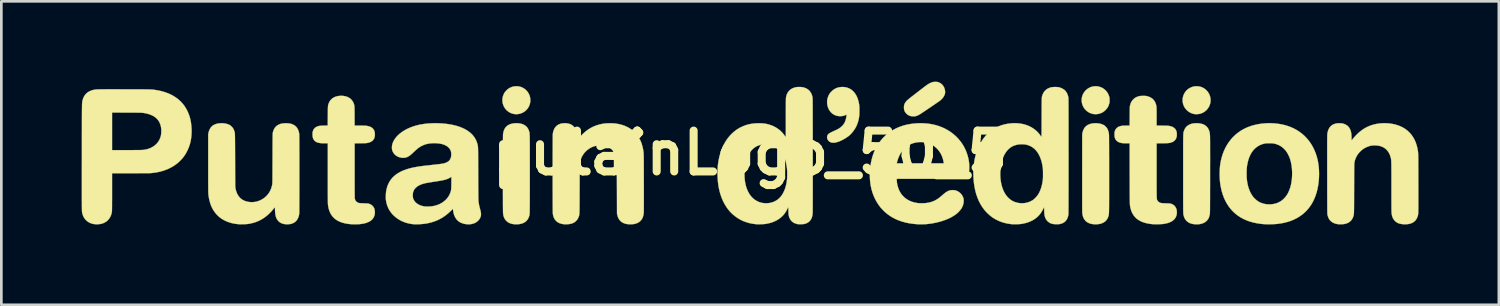
<source format=kicad_pcb>
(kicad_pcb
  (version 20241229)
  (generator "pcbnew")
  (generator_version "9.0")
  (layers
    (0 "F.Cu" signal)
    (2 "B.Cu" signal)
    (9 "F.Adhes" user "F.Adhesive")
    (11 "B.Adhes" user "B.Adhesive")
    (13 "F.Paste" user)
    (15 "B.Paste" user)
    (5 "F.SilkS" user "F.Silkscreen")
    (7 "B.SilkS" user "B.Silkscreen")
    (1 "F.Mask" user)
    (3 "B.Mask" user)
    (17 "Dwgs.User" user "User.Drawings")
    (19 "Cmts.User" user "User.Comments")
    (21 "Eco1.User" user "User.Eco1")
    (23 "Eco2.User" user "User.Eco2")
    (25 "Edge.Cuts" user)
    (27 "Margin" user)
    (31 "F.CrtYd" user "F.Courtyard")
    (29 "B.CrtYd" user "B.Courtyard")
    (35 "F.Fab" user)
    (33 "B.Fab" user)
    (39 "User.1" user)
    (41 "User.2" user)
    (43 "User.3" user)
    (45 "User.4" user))
  (footprint "putainLogo_50_5"
    (layer "F.Cu")
    (at 24.942 2.659)
    (property "Reference" "putainLogo_50_5" (at 0 0 0) (layer "F.SilkS") (effects (font (size 1.524 1.524) (thickness 0.3))))
    (attr through_hole)
    (fp_poly (pts (xy -8.621 -2.482) (xy -8.555 -2.465) (xy -8.491 -2.439) (xy -8.431 -2.404) (xy -8.375 -2.361) (xy -8.34 -2.327) (xy -8.295 -2.272) (xy -8.258 -2.212) (xy -8.23 -2.149) (xy -8.211 -2.083) (xy -8.201 -2.016) (xy -8.199 -1.947) (xy -8.206 -1.879) (xy -8.223 -1.812) (xy -8.248 -1.747) (xy -8.282 -1.685) (xy -8.301 -1.658) (xy -8.347 -1.605) (xy -8.399 -1.558) (xy -8.457 -1.52) (xy -8.519 -1.489) (xy -8.585 -1.466) (xy -8.653 -1.452) (xy -8.723 -1.447) (xy -8.792 -1.452) (xy -8.812 -1.455) (xy -8.883 -1.473) (xy -8.949 -1.5) (xy -9.011 -1.536) (xy -9.069 -1.582) (xy -9.091 -1.602) (xy -9.138 -1.656) (xy -9.176 -1.715) (xy -9.206 -1.778) (xy -9.227 -1.843) (xy -9.239 -1.91) (xy -9.243 -1.979) (xy -9.237 -2.047) (xy -9.222 -2.115) (xy -9.199 -2.181) (xy -9.166 -2.244) (xy -9.156 -2.259) (xy -9.135 -2.287) (xy -9.109 -2.317) (xy -9.079 -2.347) (xy -9.049 -2.375) (xy -9.02 -2.397) (xy -9.019 -2.398) (xy -8.957 -2.435) (xy -8.892 -2.462) (xy -8.825 -2.481) (xy -8.757 -2.49) (xy -8.689 -2.491) (xy -8.621 -2.482)) (stroke (width 0.01) (type solid)) (fill yes) (layer "F.SilkS"))
    (fp_poly (pts (xy 16.71 -2.49) (xy 16.716 -2.489) (xy 16.789 -2.477) (xy 16.857 -2.456) (xy 16.92 -2.426) (xy 16.98 -2.386) (xy 17.023 -2.349) (xy 17.063 -2.307) (xy 17.097 -2.264) (xy 17.125 -2.216) (xy 17.135 -2.197) (xy 17.163 -2.129) (xy 17.18 -2.06) (xy 17.188 -1.99) (xy 17.186 -1.92) (xy 17.185 -1.918) (xy 17.173 -1.845) (xy 17.151 -1.776) (xy 17.12 -1.712) (xy 17.08 -1.653) (xy 17.036 -1.602) (xy 16.981 -1.554) (xy 16.921 -1.514) (xy 16.857 -1.484) (xy 16.789 -1.462) (xy 16.754 -1.455) (xy 16.728 -1.452) (xy 16.697 -1.45) (xy 16.662 -1.449) (xy 16.63 -1.449) (xy 16.602 -1.45) (xy 16.594 -1.451) (xy 16.526 -1.466) (xy 16.46 -1.49) (xy 16.398 -1.522) (xy 16.341 -1.562) (xy 16.29 -1.608) (xy 16.245 -1.661) (xy 16.207 -1.72) (xy 16.178 -1.783) (xy 16.172 -1.8) (xy 16.153 -1.87) (xy 16.144 -1.941) (xy 16.145 -2.012) (xy 16.156 -2.082) (xy 16.176 -2.151) (xy 16.206 -2.217) (xy 16.233 -2.263) (xy 16.275 -2.318) (xy 16.325 -2.366) (xy 16.38 -2.407) (xy 16.44 -2.44) (xy 16.505 -2.466) (xy 16.572 -2.483) (xy 16.64 -2.491) (xy 16.71 -2.49)) (stroke (width 0.01) (type solid)) (fill yes) (layer "F.SilkS"))
    (fp_poly (pts (xy 12.966 -2.487) (xy 13.036 -2.473) (xy 13.042 -2.471) (xy 13.111 -2.446) (xy 13.174 -2.413) (xy 13.232 -2.371) (xy 13.283 -2.323) (xy 13.327 -2.268) (xy 13.364 -2.207) (xy 13.392 -2.14) (xy 13.404 -2.101) (xy 13.41 -2.08) (xy 13.414 -2.061) (xy 13.416 -2.043) (xy 13.417 -2.022) (xy 13.418 -1.995) (xy 13.418 -1.968) (xy 13.418 -1.935) (xy 13.417 -1.908) (xy 13.415 -1.887) (xy 13.412 -1.869) (xy 13.408 -1.852) (xy 13.407 -1.848) (xy 13.386 -1.784) (xy 13.36 -1.725) (xy 13.346 -1.699) (xy 13.327 -1.671) (xy 13.301 -1.64) (xy 13.271 -1.607) (xy 13.24 -1.577) (xy 13.208 -1.55) (xy 13.179 -1.529) (xy 13.177 -1.527) (xy 13.114 -1.494) (xy 13.047 -1.47) (xy 12.978 -1.454) (xy 12.908 -1.448) (xy 12.838 -1.451) (xy 12.793 -1.458) (xy 12.724 -1.478) (xy 12.66 -1.505) (xy 12.601 -1.541) (xy 12.548 -1.583) (xy 12.501 -1.631) (xy 12.461 -1.685) (xy 12.428 -1.743) (xy 12.403 -1.805) (xy 12.386 -1.87) (xy 12.377 -1.938) (xy 12.377 -2.006) (xy 12.387 -2.076) (xy 12.394 -2.106) (xy 12.417 -2.173) (xy 12.448 -2.235) (xy 12.487 -2.291) (xy 12.532 -2.341) (xy 12.583 -2.385) (xy 12.64 -2.422) (xy 12.7 -2.452) (xy 12.763 -2.474) (xy 12.83 -2.487) (xy 12.898 -2.492) (xy 12.966 -2.487)) (stroke (width 0.01) (type solid)) (fill yes) (layer "F.SilkS"))
    (fp_poly (pts (xy 6.949 -2.654) (xy 6.971 -2.653) (xy 6.989 -2.65) (xy 7.006 -2.647) (xy 7.023 -2.642) (xy 7.028 -2.64) (xy 7.084 -2.617) (xy 7.132 -2.586) (xy 7.175 -2.548) (xy 7.211 -2.502) (xy 7.24 -2.451) (xy 7.26 -2.401) (xy 7.273 -2.348) (xy 7.28 -2.296) (xy 7.28 -2.246) (xy 7.272 -2.203) (xy 7.254 -2.154) (xy 7.228 -2.104) (xy 7.193 -2.055) (xy 7.15 -2.007) (xy 7.102 -1.963) (xy 7.097 -1.959) (xy 7.087 -1.951) (xy 7.069 -1.938) (xy 7.045 -1.921) (xy 7.014 -1.9) (xy 6.978 -1.875) (xy 6.938 -1.847) (xy 6.894 -1.817) (xy 6.847 -1.785) (xy 6.798 -1.752) (xy 6.747 -1.717) (xy 6.696 -1.683) (xy 6.646 -1.649) (xy 6.596 -1.615) (xy 6.548 -1.583) (xy 6.503 -1.553) (xy 6.461 -1.525) (xy 6.424 -1.5) (xy 6.391 -1.478) (xy 6.364 -1.46) (xy 6.344 -1.447) (xy 6.331 -1.44) (xy 6.275 -1.409) (xy 6.223 -1.387) (xy 6.181 -1.374) (xy 6.152 -1.37) (xy 6.116 -1.367) (xy 6.077 -1.367) (xy 6.04 -1.37) (xy 6.007 -1.375) (xy 6 -1.376) (xy 5.978 -1.383) (xy 5.952 -1.393) (xy 5.926 -1.404) (xy 5.919 -1.407) (xy 5.895 -1.42) (xy 5.874 -1.434) (xy 5.854 -1.451) (xy 5.834 -1.47) (xy 5.801 -1.508) (xy 5.776 -1.547) (xy 5.759 -1.589) (xy 5.748 -1.636) (xy 5.744 -1.688) (xy 5.744 -1.702) (xy 5.746 -1.75) (xy 5.754 -1.793) (xy 5.768 -1.833) (xy 5.789 -1.872) (xy 5.819 -1.914) (xy 5.821 -1.917) (xy 5.831 -1.929) (xy 5.842 -1.941) (xy 5.853 -1.953) (xy 5.867 -1.966) (xy 5.883 -1.98) (xy 5.901 -1.996) (xy 5.924 -2.015) (xy 5.951 -2.037) (xy 5.982 -2.062) (xy 6.02 -2.092) (xy 6.063 -2.125) (xy 6.113 -2.164) (xy 6.171 -2.209) (xy 6.172 -2.21) (xy 6.218 -2.245) (xy 6.264 -2.281) (xy 6.309 -2.315) (xy 6.352 -2.349) (xy 6.392 -2.379) (xy 6.428 -2.407) (xy 6.458 -2.43) (xy 6.482 -2.449) (xy 6.492 -2.457) (xy 6.54 -2.493) (xy 6.581 -2.523) (xy 6.618 -2.549) (xy 6.652 -2.57) (xy 6.685 -2.589) (xy 6.718 -2.606) (xy 6.718 -2.606) (xy 6.759 -2.625) (xy 6.794 -2.638) (xy 6.828 -2.647) (xy 6.863 -2.652) (xy 6.902 -2.654) (xy 6.919 -2.654) (xy 6.949 -2.654)) (stroke (width 0.01) (type solid)) (fill yes) (layer "F.SilkS"))
    (fp_poly (pts (xy 3.501 -2.461) (xy 3.577 -2.45) (xy 3.648 -2.43) (xy 3.715 -2.402) (xy 3.777 -2.365) (xy 3.833 -2.319) (xy 3.885 -2.266) (xy 3.931 -2.204) (xy 3.972 -2.134) (xy 4.007 -2.057) (xy 4.036 -1.971) (xy 4.059 -1.879) (xy 4.072 -1.806) (xy 4.076 -1.776) (xy 4.079 -1.738) (xy 4.081 -1.693) (xy 4.082 -1.645) (xy 4.082 -1.593) (xy 4.082 -1.542) (xy 4.081 -1.491) (xy 4.079 -1.445) (xy 4.076 -1.403) (xy 4.073 -1.369) (xy 4.073 -1.364) (xy 4.055 -1.259) (xy 4.03 -1.161) (xy 3.998 -1.068) (xy 3.959 -0.981) (xy 3.912 -0.898) (xy 3.856 -0.818) (xy 3.809 -0.759) (xy 3.772 -0.718) (xy 3.738 -0.683) (xy 3.705 -0.653) (xy 3.669 -0.624) (xy 3.644 -0.606) (xy 3.57 -0.556) (xy 3.496 -0.512) (xy 3.422 -0.473) (xy 3.349 -0.44) (xy 3.279 -0.414) (xy 3.214 -0.396) (xy 3.18 -0.389) (xy 3.141 -0.384) (xy 3.106 -0.382) (xy 3.073 -0.384) (xy 3.053 -0.387) (xy 3.011 -0.398) (xy 2.973 -0.417) (xy 2.94 -0.443) (xy 2.913 -0.474) (xy 2.892 -0.509) (xy 2.879 -0.547) (xy 2.875 -0.587) (xy 2.88 -0.627) (xy 2.882 -0.635) (xy 2.889 -0.656) (xy 2.899 -0.674) (xy 2.912 -0.692) (xy 2.928 -0.709) (xy 2.95 -0.726) (xy 2.977 -0.743) (xy 3.011 -0.762) (xy 3.051 -0.783) (xy 3.1 -0.805) (xy 3.157 -0.831) (xy 3.162 -0.833) (xy 3.241 -0.87) (xy 3.31 -0.908) (xy 3.37 -0.949) (xy 3.421 -0.991) (xy 3.466 -1.038) (xy 3.503 -1.087) (xy 3.534 -1.142) (xy 3.559 -1.201) (xy 3.566 -1.224) (xy 3.574 -1.252) (xy 3.582 -1.284) (xy 3.59 -1.319) (xy 3.595 -1.352) (xy 3.6 -1.382) (xy 3.602 -1.406) (xy 3.602 -1.41) (xy 3.602 -1.432) (xy 3.565 -1.415) (xy 3.511 -1.394) (xy 3.453 -1.38) (xy 3.39 -1.373) (xy 3.388 -1.373) (xy 3.317 -1.375) (xy 3.249 -1.385) (xy 3.185 -1.405) (xy 3.125 -1.434) (xy 3.07 -1.471) (xy 3.021 -1.516) (xy 2.977 -1.569) (xy 2.941 -1.629) (xy 2.936 -1.638) (xy 2.907 -1.708) (xy 2.888 -1.78) (xy 2.877 -1.853) (xy 2.876 -1.926) (xy 2.884 -1.999) (xy 2.902 -2.069) (xy 2.928 -2.136) (xy 2.951 -2.18) (xy 2.975 -2.219) (xy 3.003 -2.255) (xy 3.037 -2.292) (xy 3.094 -2.344) (xy 3.154 -2.386) (xy 3.219 -2.419) (xy 3.288 -2.443) (xy 3.361 -2.457) (xy 3.421 -2.462) (xy 3.501 -2.461)) (stroke (width 0.01) (type solid)) (fill yes) (layer "F.SilkS"))
    (fp_poly (pts (xy 12.957 -1.109) (xy 13.023 -1.101) (xy 13.087 -1.087) (xy 13.147 -1.067) (xy 13.178 -1.053) (xy 13.201 -1.041) (xy 13.22 -1.03) (xy 13.237 -1.016) (xy 13.257 -0.998) (xy 13.272 -0.983) (xy 13.293 -0.962) (xy 13.308 -0.944) (xy 13.321 -0.928) (xy 13.332 -0.909) (xy 13.344 -0.885) (xy 13.344 -0.884) (xy 13.367 -0.828) (xy 13.384 -0.77) (xy 13.395 -0.706) (xy 13.396 -0.699) (xy 13.396 -0.688) (xy 13.397 -0.668) (xy 13.397 -0.637) (xy 13.398 -0.597) (xy 13.398 -0.547) (xy 13.399 -0.487) (xy 13.399 -0.418) (xy 13.399 -0.339) (xy 13.4 -0.25) (xy 13.4 -0.152) (xy 13.4 -0.045) (xy 13.4 0.071) (xy 13.401 0.196) (xy 13.401 0.331) (xy 13.401 0.474) (xy 13.401 0.627) (xy 13.401 0.78) (xy 13.401 0.925) (xy 13.401 1.061) (xy 13.401 1.187) (xy 13.401 1.304) (xy 13.401 1.413) (xy 13.401 1.513) (xy 13.401 1.605) (xy 13.401 1.689) (xy 13.4 1.767) (xy 13.4 1.837) (xy 13.4 1.901) (xy 13.4 1.958) (xy 13.399 2.01) (xy 13.399 2.057) (xy 13.398 2.098) (xy 13.398 2.134) (xy 13.397 2.166) (xy 13.396 2.194) (xy 13.395 2.219) (xy 13.394 2.24) (xy 13.393 2.258) (xy 13.392 2.274) (xy 13.391 2.288) (xy 13.389 2.299) (xy 13.387 2.31) (xy 13.386 2.319) (xy 13.384 2.327) (xy 13.382 2.335) (xy 13.38 2.343) (xy 13.377 2.351) (xy 13.376 2.357) (xy 13.353 2.419) (xy 13.324 2.474) (xy 13.287 2.522) (xy 13.242 2.563) (xy 13.191 2.597) (xy 13.132 2.624) (xy 13.066 2.644) (xy 13.014 2.654) (xy 12.985 2.657) (xy 12.949 2.66) (xy 12.911 2.661) (xy 12.872 2.661) (xy 12.837 2.66) (xy 12.812 2.658) (xy 12.744 2.647) (xy 12.68 2.63) (xy 12.623 2.606) (xy 12.572 2.576) (xy 12.528 2.541) (xy 12.522 2.534) (xy 12.484 2.489) (xy 12.453 2.436) (xy 12.428 2.377) (xy 12.411 2.311) (xy 12.4 2.238) (xy 12.4 2.228) (xy 12.399 2.21) (xy 12.398 2.185) (xy 12.398 2.151) (xy 12.398 2.11) (xy 12.397 2.061) (xy 12.397 2.004) (xy 12.397 1.938) (xy 12.396 1.863) (xy 12.396 1.78) (xy 12.396 1.688) (xy 12.396 1.586) (xy 12.396 1.476) (xy 12.396 1.356) (xy 12.396 1.227) (xy 12.396 1.088) (xy 12.396 0.939) (xy 12.396 0.78) (xy 12.396 0.737) (xy 12.398 -0.709) (xy 12.409 -0.757) (xy 12.427 -0.823) (xy 12.45 -0.881) (xy 12.479 -0.931) (xy 12.514 -0.975) (xy 12.555 -1.012) (xy 12.588 -1.036) (xy 12.637 -1.062) (xy 12.694 -1.083) (xy 12.756 -1.098) (xy 12.821 -1.107) (xy 12.889 -1.111) (xy 12.957 -1.109)) (stroke (width 0.01) (type solid)) (fill yes) (layer "F.SilkS"))
    (fp_poly (pts (xy 16.704 -1.11) (xy 16.77 -1.104) (xy 16.833 -1.093) (xy 16.89 -1.077) (xy 16.917 -1.067) (xy 16.974 -1.038) (xy 17.023 -1.001) (xy 17.065 -0.958) (xy 17.1 -0.907) (xy 17.126 -0.852) (xy 17.141 -0.811) (xy 17.152 -0.767) (xy 17.16 -0.717) (xy 17.165 -0.659) (xy 17.166 -0.653) (xy 17.166 -0.638) (xy 17.167 -0.612) (xy 17.167 -0.577) (xy 17.168 -0.531) (xy 17.168 -0.476) (xy 17.169 -0.41) (xy 17.169 -0.334) (xy 17.169 -0.247) (xy 17.169 -0.151) (xy 17.169 -0.045) (xy 17.17 0.072) (xy 17.17 0.199) (xy 17.17 0.336) (xy 17.169 0.483) (xy 17.169 0.64) (xy 17.169 0.807) (xy 17.169 0.838) (xy 17.169 0.98) (xy 17.169 1.113) (xy 17.169 1.236) (xy 17.168 1.349) (xy 17.168 1.454) (xy 17.168 1.551) (xy 17.168 1.64) (xy 17.168 1.721) (xy 17.167 1.795) (xy 17.167 1.862) (xy 17.167 1.922) (xy 17.167 1.976) (xy 17.166 2.025) (xy 17.166 2.068) (xy 17.166 2.105) (xy 17.165 2.139) (xy 17.165 2.167) (xy 17.164 2.192) (xy 17.164 2.213) (xy 17.163 2.23) (xy 17.163 2.245) (xy 17.162 2.257) (xy 17.161 2.267) (xy 17.161 2.275) (xy 17.16 2.282) (xy 17.159 2.287) (xy 17.158 2.291) (xy 17.144 2.35) (xy 17.128 2.401) (xy 17.108 2.445) (xy 17.084 2.484) (xy 17.054 2.52) (xy 17.028 2.546) (xy 16.983 2.582) (xy 16.93 2.611) (xy 16.87 2.634) (xy 16.804 2.651) (xy 16.764 2.657) (xy 16.727 2.66) (xy 16.684 2.661) (xy 16.639 2.661) (xy 16.595 2.659) (xy 16.557 2.655) (xy 16.548 2.654) (xy 16.477 2.639) (xy 16.413 2.617) (xy 16.357 2.588) (xy 16.308 2.551) (xy 16.266 2.508) (xy 16.231 2.457) (xy 16.203 2.399) (xy 16.183 2.335) (xy 16.172 2.279) (xy 16.172 2.273) (xy 16.171 2.265) (xy 16.17 2.256) (xy 16.17 2.244) (xy 16.169 2.229) (xy 16.168 2.212) (xy 16.168 2.191) (xy 16.168 2.167) (xy 16.167 2.139) (xy 16.167 2.106) (xy 16.166 2.069) (xy 16.166 2.026) (xy 16.166 1.978) (xy 16.166 1.925) (xy 16.165 1.865) (xy 16.165 1.799) (xy 16.165 1.726) (xy 16.165 1.646) (xy 16.165 1.558) (xy 16.165 1.463) (xy 16.165 1.359) (xy 16.165 1.247) (xy 16.165 1.125) (xy 16.165 0.995) (xy 16.165 0.855) (xy 16.165 0.774) (xy 16.165 0.628) (xy 16.165 0.491) (xy 16.165 0.364) (xy 16.165 0.246) (xy 16.165 0.137) (xy 16.165 0.036) (xy 16.165 -0.057) (xy 16.165 -0.142) (xy 16.165 -0.22) (xy 16.165 -0.292) (xy 16.165 -0.356) (xy 16.166 -0.414) (xy 16.166 -0.467) (xy 16.167 -0.514) (xy 16.167 -0.555) (xy 16.168 -0.592) (xy 16.169 -0.625) (xy 16.169 -0.654) (xy 16.17 -0.678) (xy 16.172 -0.7) (xy 16.173 -0.718) (xy 16.174 -0.734) (xy 16.176 -0.748) (xy 16.177 -0.76) (xy 16.179 -0.77) (xy 16.181 -0.779) (xy 16.183 -0.787) (xy 16.185 -0.795) (xy 16.188 -0.802) (xy 16.19 -0.81) (xy 16.193 -0.819) (xy 16.195 -0.823) (xy 16.219 -0.883) (xy 16.25 -0.936) (xy 16.288 -0.982) (xy 16.333 -1.021) (xy 16.387 -1.053) (xy 16.448 -1.079) (xy 16.452 -1.08) (xy 16.508 -1.096) (xy 16.571 -1.106) (xy 16.637 -1.11) (xy 16.704 -1.11)) (stroke (width 0.01) (type solid)) (fill yes) (layer "F.SilkS"))
    (fp_poly (pts (xy -8.673 -1.11) (xy -8.612 -1.104) (xy -8.556 -1.094) (xy -8.506 -1.08) (xy -8.445 -1.055) (xy -8.391 -1.023) (xy -8.345 -0.984) (xy -8.306 -0.939) (xy -8.275 -0.887) (xy -8.251 -0.827) (xy -8.25 -0.823) (xy -8.247 -0.814) (xy -8.244 -0.806) (xy -8.241 -0.799) (xy -8.239 -0.791) (xy -8.237 -0.783) (xy -8.235 -0.775) (xy -8.233 -0.765) (xy -8.231 -0.754) (xy -8.23 -0.742) (xy -8.228 -0.727) (xy -8.227 -0.71) (xy -8.226 -0.69) (xy -8.225 -0.667) (xy -8.224 -0.641) (xy -8.223 -0.61) (xy -8.222 -0.576) (xy -8.222 -0.536) (xy -8.221 -0.492) (xy -8.221 -0.443) (xy -8.221 -0.388) (xy -8.22 -0.326) (xy -8.22 -0.259) (xy -8.22 -0.185) (xy -8.22 -0.103) (xy -8.22 -0.014) (xy -8.22 0.082) (xy -8.219 0.187) (xy -8.219 0.301) (xy -8.219 0.423) (xy -8.219 0.554) (xy -8.219 0.696) (xy -8.219 0.774) (xy -8.219 0.921) (xy -8.219 1.058) (xy -8.219 1.185) (xy -8.219 1.303) (xy -8.219 1.413) (xy -8.22 1.514) (xy -8.22 1.607) (xy -8.22 1.693) (xy -8.22 1.771) (xy -8.22 1.842) (xy -8.22 1.907) (xy -8.221 1.965) (xy -8.221 2.018) (xy -8.222 2.065) (xy -8.222 2.107) (xy -8.223 2.144) (xy -8.223 2.177) (xy -8.224 2.205) (xy -8.225 2.23) (xy -8.226 2.252) (xy -8.227 2.27) (xy -8.229 2.286) (xy -8.23 2.299) (xy -8.232 2.311) (xy -8.233 2.321) (xy -8.235 2.33) (xy -8.237 2.338) (xy -8.239 2.345) (xy -8.242 2.352) (xy -8.244 2.36) (xy -8.247 2.368) (xy -8.248 2.371) (xy -8.272 2.432) (xy -8.304 2.486) (xy -8.342 2.532) (xy -8.387 2.571) (xy -8.44 2.603) (xy -8.5 2.629) (xy -8.567 2.647) (xy -8.607 2.654) (xy -8.643 2.658) (xy -8.686 2.66) (xy -8.732 2.661) (xy -8.776 2.66) (xy -8.815 2.657) (xy -8.826 2.656) (xy -8.896 2.643) (xy -8.961 2.622) (xy -9.018 2.594) (xy -9.069 2.558) (xy -9.113 2.516) (xy -9.15 2.467) (xy -9.179 2.411) (xy -9.199 2.35) (xy -9.202 2.342) (xy -9.204 2.334) (xy -9.206 2.326) (xy -9.208 2.318) (xy -9.209 2.31) (xy -9.211 2.3) (xy -9.212 2.29) (xy -9.214 2.278) (xy -9.215 2.264) (xy -9.216 2.248) (xy -9.217 2.229) (xy -9.218 2.207) (xy -9.219 2.182) (xy -9.219 2.153) (xy -9.22 2.12) (xy -9.22 2.082) (xy -9.221 2.04) (xy -9.221 1.992) (xy -9.222 1.939) (xy -9.222 1.88) (xy -9.222 1.815) (xy -9.222 1.743) (xy -9.222 1.664) (xy -9.223 1.578) (xy -9.223 1.484) (xy -9.223 1.382) (xy -9.223 1.271) (xy -9.223 1.152) (xy -9.223 1.023) (xy -9.223 0.885) (xy -9.223 0.775) (xy -9.223 0.626) (xy -9.223 0.488) (xy -9.223 0.358) (xy -9.223 0.238) (xy -9.223 0.127) (xy -9.222 0.025) (xy -9.222 -0.069) (xy -9.222 -0.156) (xy -9.222 -0.234) (xy -9.222 -0.306) (xy -9.222 -0.371) (xy -9.221 -0.428) (xy -9.221 -0.48) (xy -9.221 -0.526) (xy -9.22 -0.566) (xy -9.22 -0.6) (xy -9.22 -0.63) (xy -9.219 -0.655) (xy -9.219 -0.675) (xy -9.218 -0.692) (xy -9.217 -0.705) (xy -9.217 -0.714) (xy -9.216 -0.72) (xy -9.216 -0.721) (xy -9.201 -0.793) (xy -9.179 -0.857) (xy -9.151 -0.914) (xy -9.116 -0.963) (xy -9.074 -1.005) (xy -9.024 -1.04) (xy -8.968 -1.068) (xy -8.904 -1.089) (xy -8.832 -1.103) (xy -8.796 -1.108) (xy -8.735 -1.111) (xy -8.673 -1.11)) (stroke (width 0.01) (type solid)) (fill yes) (layer "F.SilkS"))
    (fp_poly (pts (xy 19.462 -1.11) (xy 19.598 -1.102) (xy 19.733 -1.085) (xy 19.865 -1.062) (xy 19.993 -1.03) (xy 20.116 -0.99) (xy 20.165 -0.972) (xy 20.284 -0.92) (xy 20.397 -0.859) (xy 20.504 -0.791) (xy 20.604 -0.716) (xy 20.697 -0.633) (xy 20.784 -0.542) (xy 20.864 -0.445) (xy 20.936 -0.342) (xy 21.001 -0.232) (xy 21.059 -0.115) (xy 21.109 0.007) (xy 21.151 0.135) (xy 21.185 0.269) (xy 21.201 0.351) (xy 21.221 0.487) (xy 21.233 0.627) (xy 21.237 0.77) (xy 21.234 0.914) (xy 21.223 1.058) (xy 21.205 1.199) (xy 21.179 1.337) (xy 21.146 1.469) (xy 21.145 1.472) (xy 21.104 1.599) (xy 21.055 1.72) (xy 20.999 1.834) (xy 20.936 1.941) (xy 20.865 2.04) (xy 20.788 2.133) (xy 20.703 2.218) (xy 20.612 2.296) (xy 20.514 2.366) (xy 20.409 2.43) (xy 20.298 2.485) (xy 20.18 2.534) (xy 20.056 2.574) (xy 19.926 2.607) (xy 19.789 2.632) (xy 19.647 2.65) (xy 19.498 2.659) (xy 19.365 2.661) (xy 19.33 2.661) (xy 19.296 2.66) (xy 19.266 2.66) (xy 19.241 2.659) (xy 19.224 2.659) (xy 19.22 2.658) (xy 19.142 2.653) (xy 19.059 2.644) (xy 18.975 2.632) (xy 18.892 2.618) (xy 18.814 2.602) (xy 18.777 2.593) (xy 18.649 2.557) (xy 18.527 2.513) (xy 18.412 2.461) (xy 18.304 2.402) (xy 18.202 2.335) (xy 18.107 2.26) (xy 18.019 2.179) (xy 17.938 2.09) (xy 17.864 1.994) (xy 17.797 1.89) (xy 17.737 1.78) (xy 17.684 1.663) (xy 17.638 1.539) (xy 17.6 1.409) (xy 17.57 1.271) (xy 17.546 1.128) (xy 17.539 1.062) (xy 17.533 0.992) (xy 17.529 0.914) (xy 17.527 0.832) (xy 17.527 0.794) (xy 18.533 0.794) (xy 18.533 0.846) (xy 18.535 0.895) (xy 18.537 0.938) (xy 18.539 0.97) (xy 18.555 1.087) (xy 18.576 1.196) (xy 18.604 1.297) (xy 18.638 1.392) (xy 18.678 1.481) (xy 18.726 1.565) (xy 18.741 1.588) (xy 18.782 1.643) (xy 18.831 1.697) (xy 18.884 1.746) (xy 18.94 1.79) (xy 18.998 1.827) (xy 19.036 1.847) (xy 19.116 1.878) (xy 19.2 1.901) (xy 19.288 1.915) (xy 19.377 1.919) (xy 19.467 1.915) (xy 19.557 1.901) (xy 19.642 1.879) (xy 19.722 1.847) (xy 19.796 1.807) (xy 19.865 1.759) (xy 19.929 1.701) (xy 19.987 1.636) (xy 20.04 1.561) (xy 20.053 1.541) (xy 20.082 1.488) (xy 20.11 1.427) (xy 20.136 1.362) (xy 20.16 1.294) (xy 20.18 1.225) (xy 20.19 1.181) (xy 20.211 1.072) (xy 20.224 0.957) (xy 20.231 0.839) (xy 20.232 0.719) (xy 20.226 0.6) (xy 20.213 0.484) (xy 20.208 0.447) (xy 20.186 0.338) (xy 20.158 0.235) (xy 20.123 0.14) (xy 20.082 0.053) (xy 20.035 -0.027) (xy 19.982 -0.099) (xy 19.934 -0.152) (xy 19.872 -0.208) (xy 19.806 -0.255) (xy 19.736 -0.293) (xy 19.66 -0.323) (xy 19.649 -0.327) (xy 19.613 -0.338) (xy 19.582 -0.346) (xy 19.553 -0.353) (xy 19.524 -0.357) (xy 19.493 -0.36) (xy 19.458 -0.362) (xy 19.417 -0.363) (xy 19.378 -0.363) (xy 19.337 -0.363) (xy 19.305 -0.362) (xy 19.28 -0.362) (xy 19.259 -0.36) (xy 19.241 -0.358) (xy 19.223 -0.356) (xy 19.205 -0.352) (xy 19.202 -0.351) (xy 19.115 -0.328) (xy 19.034 -0.296) (xy 18.959 -0.255) (xy 18.89 -0.207) (xy 18.826 -0.15) (xy 18.768 -0.085) (xy 18.716 -0.011) (xy 18.671 0.07) (xy 18.631 0.16) (xy 18.627 0.171) (xy 18.6 0.249) (xy 18.577 0.336) (xy 18.557 0.43) (xy 18.544 0.513) (xy 18.541 0.546) (xy 18.538 0.587) (xy 18.535 0.635) (xy 18.534 0.686) (xy 18.533 0.74) (xy 18.533 0.794) (xy 17.527 0.794) (xy 17.527 0.748) (xy 17.529 0.665) (xy 17.533 0.584) (xy 17.539 0.509) (xy 17.544 0.462) (xy 17.566 0.323) (xy 17.597 0.189) (xy 17.635 0.06) (xy 17.682 -0.064) (xy 17.736 -0.182) (xy 17.798 -0.295) (xy 17.867 -0.401) (xy 17.943 -0.501) (xy 18.026 -0.594) (xy 18.117 -0.68) (xy 18.213 -0.758) (xy 18.316 -0.83) (xy 18.426 -0.893) (xy 18.541 -0.949) (xy 18.55 -0.953) (xy 18.669 -0.998) (xy 18.793 -1.036) (xy 18.922 -1.066) (xy 19.054 -1.089) (xy 19.189 -1.103) (xy 19.325 -1.111) (xy 19.462 -1.11)) (stroke (width 0.01) (type solid)) (fill yes) (layer "F.SilkS"))
    (fp_poly (pts (xy -15.181 -2.13) (xy -15.109 -2.118) (xy -15.043 -2.098) (xy -14.983 -2.072) (xy -14.929 -2.037) (xy -14.883 -1.996) (xy -14.843 -1.948) (xy -14.811 -1.894) (xy -14.79 -1.845) (xy -14.785 -1.829) (xy -14.78 -1.815) (xy -14.776 -1.802) (xy -14.772 -1.788) (xy -14.77 -1.774) (xy -14.767 -1.759) (xy -14.765 -1.741) (xy -14.764 -1.719) (xy -14.762 -1.694) (xy -14.761 -1.664) (xy -14.761 -1.628) (xy -14.76 -1.585) (xy -14.76 -1.535) (xy -14.759 -1.477) (xy -14.759 -1.41) (xy -14.759 -1.38) (xy -14.757 -1.021) (xy -14.572 -1.021) (xy -14.527 -1.021) (xy -14.483 -1.021) (xy -14.442 -1.02) (xy -14.405 -1.019) (xy -14.374 -1.018) (xy -14.35 -1.017) (xy -14.337 -1.016) (xy -14.267 -1.005) (xy -14.205 -0.989) (xy -14.152 -0.967) (xy -14.107 -0.939) (xy -14.07 -0.905) (xy -14.041 -0.865) (xy -14.02 -0.82) (xy -14.007 -0.767) (xy -14.001 -0.709) (xy -14 -0.69) (xy -14.004 -0.63) (xy -14.016 -0.576) (xy -14.035 -0.529) (xy -14.062 -0.487) (xy -14.097 -0.452) (xy -14.141 -0.423) (xy -14.192 -0.399) (xy -14.252 -0.381) (xy -14.29 -0.373) (xy -14.305 -0.371) (xy -14.323 -0.369) (xy -14.345 -0.367) (xy -14.371 -0.366) (xy -14.403 -0.365) (xy -14.442 -0.364) (xy -14.489 -0.363) (xy -14.545 -0.362) (xy -14.548 -0.362) (xy -14.757 -0.36) (xy -14.757 0.649) (xy -14.757 0.781) (xy -14.757 0.905) (xy -14.757 1.02) (xy -14.757 1.127) (xy -14.757 1.225) (xy -14.756 1.314) (xy -14.756 1.394) (xy -14.756 1.465) (xy -14.755 1.527) (xy -14.755 1.579) (xy -14.754 1.622) (xy -14.754 1.655) (xy -14.753 1.679) (xy -14.752 1.692) (xy -14.752 1.694) (xy -14.741 1.74) (xy -14.722 1.78) (xy -14.695 1.813) (xy -14.661 1.84) (xy -14.652 1.845) (xy -14.637 1.853) (xy -14.621 1.86) (xy -14.604 1.865) (xy -14.584 1.869) (xy -14.56 1.872) (xy -14.531 1.875) (xy -14.496 1.877) (xy -14.452 1.878) (xy -14.412 1.879) (xy -14.364 1.881) (xy -14.325 1.882) (xy -14.293 1.884) (xy -14.269 1.886) (xy -14.25 1.888) (xy -14.236 1.891) (xy -14.232 1.892) (xy -14.178 1.911) (xy -14.13 1.939) (xy -14.089 1.973) (xy -14.055 2.014) (xy -14.029 2.062) (xy -14.013 2.106) (xy -14.007 2.138) (xy -14.003 2.176) (xy -14.001 2.217) (xy -14.003 2.256) (xy -14.007 2.291) (xy -14.008 2.296) (xy -14.025 2.356) (xy -14.05 2.41) (xy -14.083 2.459) (xy -14.125 2.503) (xy -14.176 2.541) (xy -14.235 2.574) (xy -14.303 2.602) (xy -14.379 2.625) (xy -14.464 2.642) (xy -14.558 2.654) (xy -14.582 2.657) (xy -14.614 2.659) (xy -14.653 2.66) (xy -14.697 2.661) (xy -14.744 2.661) (xy -14.791 2.661) (xy -14.835 2.66) (xy -14.874 2.658) (xy -14.897 2.657) (xy -15.009 2.645) (xy -15.112 2.627) (xy -15.208 2.602) (xy -15.295 2.572) (xy -15.375 2.535) (xy -15.447 2.492) (xy -15.511 2.442) (xy -15.567 2.386) (xy -15.617 2.323) (xy -15.659 2.253) (xy -15.693 2.177) (xy -15.721 2.094) (xy -15.741 2.004) (xy -15.75 1.941) (xy -15.751 1.932) (xy -15.752 1.923) (xy -15.753 1.911) (xy -15.753 1.897) (xy -15.754 1.88) (xy -15.755 1.86) (xy -15.755 1.836) (xy -15.756 1.809) (xy -15.756 1.777) (xy -15.756 1.74) (xy -15.757 1.698) (xy -15.757 1.65) (xy -15.757 1.596) (xy -15.758 1.536) (xy -15.758 1.468) (xy -15.758 1.394) (xy -15.758 1.312) (xy -15.758 1.222) (xy -15.758 1.123) (xy -15.758 1.016) (xy -15.758 0.899) (xy -15.758 0.772) (xy -15.758 -0.361) (xy -15.865 -0.361) (xy -15.937 -0.362) (xy -16 -0.365) (xy -16.055 -0.371) (xy -16.102 -0.38) (xy -16.144 -0.392) (xy -16.18 -0.407) (xy -16.212 -0.425) (xy -16.24 -0.447) (xy -16.251 -0.458) (xy -16.278 -0.489) (xy -16.299 -0.524) (xy -16.314 -0.564) (xy -16.323 -0.609) (xy -16.328 -0.661) (xy -16.329 -0.696) (xy -16.328 -0.727) (xy -16.327 -0.752) (xy -16.325 -0.771) (xy -16.322 -0.788) (xy -16.317 -0.807) (xy -16.316 -0.811) (xy -16.298 -0.858) (xy -16.274 -0.898) (xy -16.244 -0.932) (xy -16.207 -0.96) (xy -16.162 -0.983) (xy -16.109 -1.002) (xy -16.068 -1.012) (xy -16.055 -1.013) (xy -16.034 -1.015) (xy -16.007 -1.017) (xy -15.974 -1.018) (xy -15.937 -1.02) (xy -15.9 -1.021) (xy -15.761 -1.024) (xy -15.758 -1.384) (xy -15.757 -1.455) (xy -15.757 -1.517) (xy -15.756 -1.57) (xy -15.756 -1.616) (xy -15.755 -1.654) (xy -15.754 -1.686) (xy -15.753 -1.713) (xy -15.751 -1.736) (xy -15.75 -1.755) (xy -15.748 -1.771) (xy -15.745 -1.785) (xy -15.742 -1.798) (xy -15.738 -1.81) (xy -15.734 -1.822) (xy -15.73 -1.836) (xy -15.729 -1.839) (xy -15.702 -1.9) (xy -15.669 -1.955) (xy -15.628 -2.002) (xy -15.58 -2.043) (xy -15.525 -2.076) (xy -15.464 -2.102) (xy -15.397 -2.12) (xy -15.324 -2.131) (xy -15.258 -2.134) (xy -15.181 -2.13)) (stroke (width 0.01) (type solid)) (fill yes) (layer "F.SilkS"))
    (fp_poly (pts (xy 6.498 -1.107) (xy 6.637 -1.095) (xy 6.773 -1.075) (xy 6.775 -1.074) (xy 6.907 -1.045) (xy 7.034 -1.008) (xy 7.157 -0.962) (xy 7.274 -0.909) (xy 7.385 -0.848) (xy 7.491 -0.78) (xy 7.59 -0.704) (xy 7.683 -0.623) (xy 7.769 -0.534) (xy 7.848 -0.44) (xy 7.92 -0.34) (xy 7.984 -0.234) (xy 8.039 -0.124) (xy 8.086 -0.008) (xy 8.125 0.112) (xy 8.155 0.236) (xy 8.156 0.241) (xy 8.166 0.307) (xy 8.175 0.374) (xy 8.18 0.443) (xy 8.182 0.511) (xy 8.182 0.576) (xy 8.179 0.636) (xy 8.172 0.69) (xy 8.163 0.735) (xy 8.146 0.788) (xy 8.123 0.833) (xy 8.094 0.87) (xy 8.058 0.9) (xy 8.024 0.919) (xy 7.992 0.933) (xy 7.96 0.943) (xy 7.923 0.951) (xy 7.88 0.957) (xy 7.856 0.96) (xy 7.844 0.961) (xy 7.821 0.961) (xy 7.788 0.962) (xy 7.746 0.962) (xy 7.693 0.963) (xy 7.63 0.963) (xy 7.558 0.964) (xy 7.475 0.964) (xy 7.383 0.964) (xy 7.281 0.965) (xy 7.17 0.965) (xy 7.048 0.965) (xy 6.917 0.965) (xy 6.777 0.965) (xy 6.638 0.965) (xy 5.476 0.965) (xy 5.476 1.01) (xy 5.481 1.092) (xy 5.494 1.176) (xy 5.515 1.259) (xy 5.543 1.34) (xy 5.577 1.418) (xy 5.618 1.49) (xy 5.664 1.556) (xy 5.687 1.584) (xy 5.75 1.648) (xy 5.819 1.705) (xy 5.894 1.753) (xy 5.975 1.794) (xy 6.062 1.827) (xy 6.156 1.852) (xy 6.241 1.868) (xy 6.28 1.872) (xy 6.326 1.875) (xy 6.377 1.876) (xy 6.43 1.876) (xy 6.482 1.875) (xy 6.532 1.872) (xy 6.575 1.868) (xy 6.581 1.867) (xy 6.668 1.853) (xy 6.749 1.833) (xy 6.824 1.808) (xy 6.896 1.776) (xy 6.967 1.737) (xy 7.037 1.69) (xy 7.108 1.634) (xy 7.134 1.612) (xy 7.177 1.575) (xy 7.213 1.544) (xy 7.244 1.518) (xy 7.271 1.497) (xy 7.294 1.479) (xy 7.314 1.465) (xy 7.332 1.453) (xy 7.35 1.443) (xy 7.369 1.433) (xy 7.374 1.43) (xy 7.413 1.412) (xy 7.448 1.399) (xy 7.481 1.391) (xy 7.517 1.387) (xy 7.558 1.385) (xy 7.562 1.385) (xy 7.606 1.387) (xy 7.644 1.391) (xy 7.68 1.4) (xy 7.717 1.415) (xy 7.739 1.425) (xy 7.794 1.456) (xy 7.843 1.495) (xy 7.887 1.541) (xy 7.922 1.592) (xy 7.95 1.648) (xy 7.966 1.699) (xy 7.971 1.719) (xy 7.974 1.737) (xy 7.975 1.757) (xy 7.975 1.781) (xy 7.974 1.803) (xy 7.966 1.875) (xy 7.949 1.944) (xy 7.923 2.01) (xy 7.888 2.074) (xy 7.842 2.136) (xy 7.798 2.186) (xy 7.761 2.223) (xy 7.723 2.257) (xy 7.684 2.288) (xy 7.639 2.32) (xy 7.614 2.337) (xy 7.529 2.388) (xy 7.436 2.436) (xy 7.335 2.48) (xy 7.227 2.52) (xy 7.114 2.556) (xy 6.997 2.587) (xy 6.877 2.613) (xy 6.754 2.635) (xy 6.63 2.65) (xy 6.556 2.657) (xy 6.527 2.658) (xy 6.491 2.659) (xy 6.45 2.66) (xy 6.406 2.661) (xy 6.361 2.661) (xy 6.318 2.661) (xy 6.28 2.66) (xy 6.249 2.659) (xy 6.243 2.658) (xy 6.089 2.645) (xy 5.941 2.624) (xy 5.799 2.594) (xy 5.663 2.556) (xy 5.532 2.51) (xy 5.53 2.509) (xy 5.492 2.493) (xy 5.448 2.473) (xy 5.402 2.451) (xy 5.356 2.427) (xy 5.312 2.403) (xy 5.273 2.381) (xy 5.259 2.372) (xy 5.153 2.3) (xy 5.054 2.221) (xy 4.963 2.134) (xy 4.878 2.041) (xy 4.801 1.941) (xy 4.732 1.834) (xy 4.67 1.722) (xy 4.616 1.603) (xy 4.57 1.48) (xy 4.533 1.351) (xy 4.504 1.219) (xy 4.487 1.107) (xy 4.476 0.989) (xy 4.471 0.866) (xy 4.472 0.741) (xy 4.479 0.616) (xy 4.491 0.505) (xy 4.51 0.386) (xy 5.475 0.386) (xy 7.234 0.386) (xy 7.231 0.372) (xy 7.212 0.275) (xy 7.187 0.185) (xy 7.156 0.103) (xy 7.119 0.027) (xy 7.075 -0.044) (xy 7.025 -0.111) (xy 6.966 -0.174) (xy 6.956 -0.183) (xy 6.887 -0.243) (xy 6.813 -0.293) (xy 6.735 -0.334) (xy 6.652 -0.366) (xy 6.566 -0.39) (xy 6.475 -0.403) (xy 6.381 -0.408) (xy 6.314 -0.406) (xy 6.216 -0.395) (xy 6.123 -0.375) (xy 6.035 -0.347) (xy 5.953 -0.31) (xy 5.876 -0.264) (xy 5.805 -0.21) (xy 5.739 -0.148) (xy 5.68 -0.078) (xy 5.626 0.001) (xy 5.578 0.087) (xy 5.537 0.182) (xy 5.53 0.199) (xy 5.521 0.226) (xy 5.51 0.258) (xy 5.5 0.291) (xy 5.491 0.323) (xy 5.483 0.351) (xy 5.479 0.37) (xy 5.475 0.386) (xy 4.51 0.386) (xy 4.514 0.361) (xy 4.545 0.222) (xy 4.584 0.089) (xy 4.63 -0.038) (xy 4.685 -0.158) (xy 4.747 -0.272) (xy 4.816 -0.38) (xy 4.893 -0.482) (xy 4.976 -0.576) (xy 5.067 -0.663) (xy 5.164 -0.743) (xy 5.268 -0.816) (xy 5.379 -0.881) (xy 5.495 -0.939) (xy 5.618 -0.988) (xy 5.747 -1.03) (xy 5.809 -1.046) (xy 5.941 -1.074) (xy 6.077 -1.094) (xy 6.216 -1.107) (xy 6.357 -1.111) (xy 6.498 -1.107)) (stroke (width 0.01) (type solid)) (fill yes) (layer "F.SilkS"))
    (fp_poly (pts (xy 14.679 -2.131) (xy 14.715 -2.13) (xy 14.742 -2.13) (xy 14.764 -2.129) (xy 14.782 -2.127) (xy 14.798 -2.124) (xy 14.815 -2.121) (xy 14.831 -2.117) (xy 14.871 -2.104) (xy 14.913 -2.087) (xy 14.953 -2.067) (xy 14.988 -2.046) (xy 15.013 -2.028) (xy 15.059 -1.984) (xy 15.097 -1.933) (xy 15.128 -1.875) (xy 15.151 -1.811) (xy 15.166 -1.741) (xy 15.167 -1.737) (xy 15.168 -1.725) (xy 15.169 -1.71) (xy 15.171 -1.691) (xy 15.172 -1.668) (xy 15.172 -1.639) (xy 15.173 -1.604) (xy 15.173 -1.563) (xy 15.174 -1.514) (xy 15.174 -1.456) (xy 15.174 -1.39) (xy 15.174 -1.356) (xy 15.174 -1.022) (xy 15.391 -1.02) (xy 15.448 -1.019) (xy 15.496 -1.018) (xy 15.536 -1.017) (xy 15.569 -1.016) (xy 15.595 -1.015) (xy 15.616 -1.013) (xy 15.633 -1.012) (xy 15.646 -1.009) (xy 15.649 -1.009) (xy 15.713 -0.993) (xy 15.768 -0.972) (xy 15.814 -0.946) (xy 15.853 -0.914) (xy 15.883 -0.876) (xy 15.906 -0.833) (xy 15.921 -0.783) (xy 15.929 -0.727) (xy 15.929 -0.716) (xy 15.929 -0.653) (xy 15.92 -0.596) (xy 15.903 -0.546) (xy 15.878 -0.501) (xy 15.845 -0.462) (xy 15.804 -0.43) (xy 15.756 -0.405) (xy 15.711 -0.389) (xy 15.691 -0.383) (xy 15.672 -0.378) (xy 15.652 -0.375) (xy 15.631 -0.372) (xy 15.607 -0.369) (xy 15.58 -0.367) (xy 15.547 -0.366) (xy 15.508 -0.364) (xy 15.462 -0.363) (xy 15.407 -0.363) (xy 15.386 -0.362) (xy 15.174 -0.36) (xy 15.174 0.657) (xy 15.174 0.779) (xy 15.174 0.891) (xy 15.174 0.994) (xy 15.174 1.088) (xy 15.174 1.173) (xy 15.174 1.251) (xy 15.174 1.32) (xy 15.175 1.383) (xy 15.175 1.439) (xy 15.175 1.488) (xy 15.176 1.532) (xy 15.176 1.57) (xy 15.177 1.603) (xy 15.178 1.632) (xy 15.179 1.656) (xy 15.18 1.677) (xy 15.181 1.694) (xy 15.182 1.708) (xy 15.184 1.72) (xy 15.186 1.729) (xy 15.188 1.737) (xy 15.19 1.744) (xy 15.192 1.75) (xy 15.195 1.756) (xy 15.197 1.761) (xy 15.2 1.767) (xy 15.218 1.795) (xy 15.243 1.821) (xy 15.271 1.842) (xy 15.28 1.846) (xy 15.296 1.854) (xy 15.312 1.86) (xy 15.33 1.865) (xy 15.349 1.869) (xy 15.373 1.872) (xy 15.402 1.875) (xy 15.437 1.877) (xy 15.48 1.878) (xy 15.519 1.88) (xy 15.567 1.881) (xy 15.607 1.882) (xy 15.639 1.884) (xy 15.665 1.887) (xy 15.687 1.89) (xy 15.706 1.894) (xy 15.723 1.899) (xy 15.741 1.906) (xy 15.76 1.915) (xy 15.767 1.918) (xy 15.809 1.944) (xy 15.847 1.978) (xy 15.878 2.018) (xy 15.902 2.065) (xy 15.918 2.111) (xy 15.925 2.149) (xy 15.929 2.192) (xy 15.93 2.236) (xy 15.926 2.276) (xy 15.913 2.337) (xy 15.891 2.392) (xy 15.861 2.442) (xy 15.822 2.487) (xy 15.775 2.527) (xy 15.719 2.562) (xy 15.654 2.592) (xy 15.581 2.617) (xy 15.499 2.636) (xy 15.422 2.649) (xy 15.397 2.652) (xy 15.364 2.654) (xy 15.324 2.656) (xy 15.279 2.658) (xy 15.233 2.659) (xy 15.186 2.66) (xy 15.14 2.66) (xy 15.097 2.659) (xy 15.06 2.658) (xy 15.031 2.657) (xy 15.029 2.657) (xy 14.917 2.644) (xy 14.813 2.625) (xy 14.717 2.6) (xy 14.629 2.569) (xy 14.549 2.531) (xy 14.477 2.487) (xy 14.413 2.437) (xy 14.357 2.38) (xy 14.309 2.317) (xy 14.275 2.259) (xy 14.251 2.212) (xy 14.233 2.167) (xy 14.217 2.12) (xy 14.204 2.073) (xy 14.201 2.058) (xy 14.197 2.045) (xy 14.194 2.033) (xy 14.191 2.021) (xy 14.189 2.009) (xy 14.186 1.997) (xy 14.184 1.984) (xy 14.182 1.97) (xy 14.181 1.954) (xy 14.179 1.936) (xy 14.178 1.915) (xy 14.176 1.892) (xy 14.175 1.865) (xy 14.174 1.834) (xy 14.174 1.799) (xy 14.173 1.76) (xy 14.172 1.715) (xy 14.172 1.665) (xy 14.171 1.609) (xy 14.171 1.546) (xy 14.171 1.477) (xy 14.171 1.401) (xy 14.17 1.317) (xy 14.17 1.225) (xy 14.17 1.125) (xy 14.17 1.015) (xy 14.17 0.897) (xy 14.169 0.768) (xy 14.169 0.766) (xy 14.168 -0.361) (xy 14.064 -0.361) (xy 14.005 -0.361) (xy 13.955 -0.363) (xy 13.911 -0.366) (xy 13.873 -0.371) (xy 13.84 -0.377) (xy 13.814 -0.384) (xy 13.76 -0.403) (xy 13.715 -0.428) (xy 13.678 -0.46) (xy 13.648 -0.497) (xy 13.625 -0.542) (xy 13.611 -0.584) (xy 13.606 -0.609) (xy 13.603 -0.641) (xy 13.602 -0.676) (xy 13.602 -0.714) (xy 13.604 -0.749) (xy 13.607 -0.78) (xy 13.611 -0.802) (xy 13.629 -0.852) (xy 13.654 -0.894) (xy 13.682 -0.927) (xy 13.713 -0.953) (xy 13.748 -0.974) (xy 13.789 -0.991) (xy 13.831 -1.004) (xy 13.847 -1.008) (xy 13.861 -1.011) (xy 13.875 -1.014) (xy 13.892 -1.015) (xy 13.911 -1.017) (xy 13.936 -1.018) (xy 13.967 -1.019) (xy 14.006 -1.019) (xy 14.024 -1.02) (xy 14.167 -1.022) (xy 14.169 -1.371) (xy 14.17 -1.439) (xy 14.17 -1.498) (xy 14.171 -1.548) (xy 14.171 -1.591) (xy 14.172 -1.626) (xy 14.172 -1.656) (xy 14.173 -1.68) (xy 14.174 -1.7) (xy 14.175 -1.716) (xy 14.176 -1.73) (xy 14.177 -1.741) (xy 14.179 -1.751) (xy 14.181 -1.761) (xy 14.183 -1.77) (xy 14.199 -1.83) (xy 14.219 -1.882) (xy 14.245 -1.928) (xy 14.276 -1.971) (xy 14.305 -2.002) (xy 14.344 -2.037) (xy 14.383 -2.064) (xy 14.426 -2.087) (xy 14.453 -2.098) (xy 14.484 -2.109) (xy 14.513 -2.117) (xy 14.543 -2.124) (xy 14.576 -2.128) (xy 14.613 -2.13) (xy 14.657 -2.131) (xy 14.679 -2.131)) (stroke (width 0.01) (type solid)) (fill yes) (layer "F.SilkS"))
    (fp_poly (pts (xy -6.839 -1.107) (xy -6.777 -1.096) (xy -6.719 -1.078) (xy -6.696 -1.069) (xy -6.642 -1.039) (xy -6.595 -1.002) (xy -6.556 -0.959) (xy -6.523 -0.907) (xy -6.497 -0.849) (xy -6.492 -0.837) (xy -6.482 -0.804) (xy -6.474 -0.77) (xy -6.468 -0.733) (xy -6.463 -0.692) (xy -6.46 -0.645) (xy -6.458 -0.589) (xy -6.458 -0.588) (xy -6.457 -0.556) (xy -6.456 -0.527) (xy -6.454 -0.504) (xy -6.453 -0.487) (xy -6.452 -0.478) (xy -6.451 -0.478) (xy -6.447 -0.481) (xy -6.437 -0.491) (xy -6.424 -0.507) (xy -6.409 -0.525) (xy -6.408 -0.527) (xy -6.324 -0.624) (xy -6.239 -0.713) (xy -6.151 -0.791) (xy -6.061 -0.861) (xy -5.967 -0.921) (xy -5.87 -0.973) (xy -5.769 -1.016) (xy -5.662 -1.051) (xy -5.551 -1.079) (xy -5.434 -1.099) (xy -5.423 -1.1) (xy -5.385 -1.104) (xy -5.34 -1.107) (xy -5.29 -1.109) (xy -5.236 -1.109) (xy -5.182 -1.109) (xy -5.131 -1.107) (xy -5.083 -1.105) (xy -5.043 -1.101) (xy -5.035 -1.101) (xy -4.916 -1.082) (xy -4.803 -1.055) (xy -4.698 -1.021) (xy -4.599 -0.979) (xy -4.507 -0.93) (xy -4.422 -0.873) (xy -4.343 -0.809) (xy -4.271 -0.737) (xy -4.206 -0.657) (xy -4.148 -0.57) (xy -4.141 -0.559) (xy -4.103 -0.487) (xy -4.068 -0.407) (xy -4.038 -0.321) (xy -4.012 -0.232) (xy -3.993 -0.141) (xy -3.991 -0.13) (xy -3.988 -0.113) (xy -3.985 -0.098) (xy -3.983 -0.084) (xy -3.981 -0.07) (xy -3.979 -0.057) (xy -3.977 -0.043) (xy -3.975 -0.028) (xy -3.974 -0.011) (xy -3.972 0.007) (xy -3.971 0.027) (xy -3.97 0.05) (xy -3.969 0.076) (xy -3.968 0.105) (xy -3.968 0.139) (xy -3.967 0.177) (xy -3.967 0.22) (xy -3.966 0.268) (xy -3.966 0.322) (xy -3.965 0.382) (xy -3.965 0.449) (xy -3.965 0.523) (xy -3.965 0.605) (xy -3.964 0.695) (xy -3.964 0.793) (xy -3.964 0.9) (xy -3.964 1.016) (xy -3.964 1.115) (xy -3.963 1.254) (xy -3.963 1.383) (xy -3.963 1.502) (xy -3.963 1.611) (xy -3.963 1.711) (xy -3.963 1.802) (xy -3.963 1.884) (xy -3.964 1.957) (xy -3.964 2.021) (xy -3.964 2.077) (xy -3.965 2.124) (xy -3.965 2.163) (xy -3.966 2.195) (xy -3.966 2.219) (xy -3.967 2.235) (xy -3.967 2.242) (xy -3.979 2.316) (xy -3.997 2.383) (xy -4.022 2.442) (xy -4.054 2.495) (xy -4.094 2.54) (xy -4.141 2.578) (xy -4.194 2.609) (xy -4.256 2.633) (xy -4.324 2.65) (xy -4.354 2.655) (xy -4.396 2.659) (xy -4.443 2.661) (xy -4.494 2.66) (xy -4.543 2.658) (xy -4.589 2.653) (xy -4.62 2.648) (xy -4.687 2.629) (xy -4.747 2.604) (xy -4.799 2.571) (xy -4.844 2.531) (xy -4.883 2.484) (xy -4.914 2.43) (xy -4.939 2.368) (xy -4.954 2.314) (xy -4.965 2.263) (xy -4.968 1.27) (xy -4.969 1.17) (xy -4.969 1.073) (xy -4.969 0.979) (xy -4.97 0.888) (xy -4.97 0.802) (xy -4.971 0.72) (xy -4.971 0.643) (xy -4.972 0.572) (xy -4.972 0.506) (xy -4.973 0.448) (xy -4.973 0.396) (xy -4.974 0.352) (xy -4.974 0.316) (xy -4.974 0.289) (xy -4.975 0.271) (xy -4.975 0.262) (xy -4.975 0.262) (xy -4.978 0.249) (xy -4.982 0.231) (xy -4.986 0.209) (xy -4.987 0.206) (xy -5.003 0.141) (xy -5.025 0.076) (xy -5.053 0.015) (xy -5.085 -0.04) (xy -5.112 -0.079) (xy -5.161 -0.132) (xy -5.217 -0.178) (xy -5.278 -0.215) (xy -5.346 -0.245) (xy -5.419 -0.266) (xy -5.497 -0.279) (xy -5.581 -0.283) (xy -5.618 -0.283) (xy -5.705 -0.275) (xy -5.787 -0.259) (xy -5.866 -0.233) (xy -5.943 -0.198) (xy -5.982 -0.175) (xy -6.056 -0.125) (xy -6.123 -0.067) (xy -6.183 -0.003) (xy -6.235 0.068) (xy -6.278 0.144) (xy -6.314 0.226) (xy -6.341 0.314) (xy -6.346 0.335) (xy -6.357 0.384) (xy -6.36 1.318) (xy -6.361 1.435) (xy -6.361 1.542) (xy -6.361 1.639) (xy -6.362 1.728) (xy -6.362 1.808) (xy -6.362 1.881) (xy -6.363 1.946) (xy -6.363 2.005) (xy -6.364 2.056) (xy -6.364 2.102) (xy -6.365 2.142) (xy -6.366 2.177) (xy -6.367 2.208) (xy -6.368 2.234) (xy -6.369 2.256) (xy -6.371 2.275) (xy -6.372 2.292) (xy -6.374 2.306) (xy -6.376 2.318) (xy -6.378 2.328) (xy -6.381 2.338) (xy -6.383 2.347) (xy -6.386 2.356) (xy -6.39 2.366) (xy -6.393 2.376) (xy -6.395 2.38) (xy -6.414 2.428) (xy -6.436 2.468) (xy -6.464 2.506) (xy -6.492 2.535) (xy -6.536 2.574) (xy -6.585 2.605) (xy -6.64 2.628) (xy -6.676 2.639) (xy -6.738 2.652) (xy -6.806 2.659) (xy -6.875 2.662) (xy -6.943 2.659) (xy -6.982 2.654) (xy -7.053 2.639) (xy -7.117 2.617) (xy -7.174 2.587) (xy -7.223 2.55) (xy -7.265 2.507) (xy -7.3 2.456) (xy -7.328 2.398) (xy -7.348 2.333) (xy -7.36 2.263) (xy -7.361 2.254) (xy -7.361 2.234) (xy -7.362 2.206) (xy -7.362 2.169) (xy -7.363 2.124) (xy -7.363 2.071) (xy -7.364 2.011) (xy -7.364 1.944) (xy -7.364 1.871) (xy -7.365 1.793) (xy -7.365 1.709) (xy -7.365 1.621) (xy -7.365 1.528) (xy -7.366 1.432) (xy -7.366 1.333) (xy -7.366 1.231) (xy -7.366 1.127) (xy -7.366 1.021) (xy -7.366 0.914) (xy -7.366 0.807) (xy -7.366 0.699) (xy -7.366 0.592) (xy -7.366 0.486) (xy -7.366 0.381) (xy -7.366 0.277) (xy -7.366 0.176) (xy -7.366 0.078) (xy -7.366 -0.016) (xy -7.365 -0.107) (xy -7.365 -0.193) (xy -7.365 -0.275) (xy -7.364 -0.351) (xy -7.364 -0.421) (xy -7.364 -0.485) (xy -7.363 -0.542) (xy -7.363 -0.592) (xy -7.363 -0.634) (xy -7.362 -0.667) (xy -7.362 -0.692) (xy -7.361 -0.707) (xy -7.361 -0.711) (xy -7.348 -0.784) (xy -7.328 -0.85) (xy -7.301 -0.909) (xy -7.267 -0.961) (xy -7.226 -1.005) (xy -7.179 -1.042) (xy -7.126 -1.071) (xy -7.066 -1.092) (xy -7.036 -1.099) (xy -6.971 -1.109) (xy -6.904 -1.111) (xy -6.839 -1.107)) (stroke (width 0.01) (type solid)) (fill yes) (layer "F.SilkS"))
    (fp_poly (pts (xy -23.768 -2.377) (xy -23.674 -2.377) (xy -23.572 -2.377) (xy -23.46 -2.376) (xy -23.338 -2.376) (xy -23.33 -2.376) (xy -23.213 -2.376) (xy -23.106 -2.376) (xy -23.007 -2.375) (xy -22.918 -2.375) (xy -22.837 -2.375) (xy -22.763 -2.375) (xy -22.697 -2.374) (xy -22.637 -2.374) (xy -22.583 -2.373) (xy -22.536 -2.373) (xy -22.493 -2.372) (xy -22.455 -2.372) (xy -22.422 -2.371) (xy -22.392 -2.37) (xy -22.365 -2.369) (xy -22.341 -2.367) (xy -22.32 -2.366) (xy -22.3 -2.365) (xy -22.281 -2.363) (xy -22.263 -2.361) (xy -22.246 -2.359) (xy -22.228 -2.356) (xy -22.21 -2.354) (xy -22.19 -2.351) (xy -22.177 -2.349) (xy -22.055 -2.328) (xy -21.936 -2.299) (xy -21.821 -2.264) (xy -21.711 -2.223) (xy -21.607 -2.176) (xy -21.557 -2.15) (xy -21.455 -2.088) (xy -21.361 -2.02) (xy -21.274 -1.946) (xy -21.196 -1.865) (xy -21.124 -1.777) (xy -21.061 -1.682) (xy -21.005 -1.581) (xy -20.957 -1.473) (xy -20.916 -1.358) (xy -20.913 -1.346) (xy -20.886 -1.246) (xy -20.866 -1.14) (xy -20.852 -1.029) (xy -20.843 -0.915) (xy -20.841 -0.801) (xy -20.845 -0.688) (xy -20.855 -0.578) (xy -20.871 -0.473) (xy -20.874 -0.457) (xy -20.904 -0.335) (xy -20.943 -0.218) (xy -20.99 -0.106) (xy -21.046 0.001) (xy -21.11 0.103) (xy -21.142 0.147) (xy -21.168 0.18) (xy -21.201 0.218) (xy -21.238 0.257) (xy -21.278 0.298) (xy -21.318 0.336) (xy -21.357 0.372) (xy -21.393 0.401) (xy -21.407 0.413) (xy -21.511 0.484) (xy -21.62 0.547) (xy -21.735 0.602) (xy -21.856 0.649) (xy -21.983 0.688) (xy -22.116 0.718) (xy -22.254 0.74) (xy -22.369 0.752) (xy -22.384 0.753) (xy -22.408 0.753) (xy -22.442 0.754) (xy -22.484 0.754) (xy -22.535 0.755) (xy -22.594 0.755) (xy -22.66 0.756) (xy -22.734 0.756) (xy -22.814 0.756) (xy -22.9 0.757) (xy -22.991 0.757) (xy -23.089 0.757) (xy -23.122 0.757) (xy -23.81 0.757) (xy -23.81 1.449) (xy -23.81 1.56) (xy -23.81 1.662) (xy -23.81 1.756) (xy -23.811 1.841) (xy -23.811 1.917) (xy -23.811 1.984) (xy -23.812 2.042) (xy -23.812 2.09) (xy -23.813 2.129) (xy -23.814 2.158) (xy -23.815 2.177) (xy -23.815 2.185) (xy -23.829 2.257) (xy -23.85 2.327) (xy -23.879 2.391) (xy -23.916 2.449) (xy -23.959 2.501) (xy -24.004 2.543) (xy -24.04 2.568) (xy -24.082 2.593) (xy -24.125 2.614) (xy -24.167 2.631) (xy -24.186 2.637) (xy -24.255 2.651) (xy -24.328 2.66) (xy -24.402 2.661) (xy -24.473 2.655) (xy -24.483 2.654) (xy -24.558 2.638) (xy -24.627 2.613) (xy -24.69 2.58) (xy -24.747 2.54) (xy -24.797 2.493) (xy -24.84 2.439) (xy -24.876 2.378) (xy -24.904 2.311) (xy -24.923 2.238) (xy -24.93 2.201) (xy -24.931 2.196) (xy -24.931 2.189) (xy -24.932 2.181) (xy -24.933 2.17) (xy -24.933 2.158) (xy -24.934 2.143) (xy -24.934 2.125) (xy -24.934 2.104) (xy -24.935 2.079) (xy -24.935 2.051) (xy -24.935 2.019) (xy -24.936 1.982) (xy -24.936 1.941) (xy -24.936 1.895) (xy -24.936 1.844) (xy -24.937 1.787) (xy -24.937 1.725) (xy -24.937 1.656) (xy -24.937 1.581) (xy -24.937 1.499) (xy -24.937 1.41) (xy -24.937 1.314) (xy -24.937 1.21) (xy -24.937 1.099) (xy -24.937 0.979) (xy -24.937 0.851) (xy -24.937 0.713) (xy -24.937 0.567) (xy -24.937 0.412) (xy -24.936 0.246) (xy -24.936 0.147) (xy -24.936 -0.023) (xy -24.936 -0.107) (xy -23.81 -0.107) (xy -23.27 -0.107) (xy -23.181 -0.107) (xy -23.097 -0.107) (xy -23.019 -0.107) (xy -22.948 -0.108) (xy -22.883 -0.108) (xy -22.826 -0.109) (xy -22.777 -0.109) (xy -22.736 -0.11) (xy -22.703 -0.111) (xy -22.68 -0.111) (xy -22.669 -0.112) (xy -22.576 -0.124) (xy -22.488 -0.145) (xy -22.406 -0.172) (xy -22.329 -0.207) (xy -22.259 -0.25) (xy -22.195 -0.299) (xy -22.138 -0.354) (xy -22.089 -0.416) (xy -22.047 -0.484) (xy -22.014 -0.557) (xy -21.996 -0.61) (xy -21.985 -0.657) (xy -21.977 -0.711) (xy -21.972 -0.77) (xy -21.97 -0.83) (xy -21.973 -0.889) (xy -21.979 -0.942) (xy -21.995 -1.022) (xy -22.019 -1.095) (xy -22.051 -1.163) (xy -22.09 -1.224) (xy -22.138 -1.279) (xy -22.194 -1.328) (xy -22.257 -1.372) (xy -22.329 -1.409) (xy -22.409 -1.441) (xy -22.497 -1.467) (xy -22.594 -1.488) (xy -22.656 -1.497) (xy -22.667 -1.499) (xy -22.68 -1.5) (xy -22.695 -1.501) (xy -22.713 -1.502) (xy -22.735 -1.503) (xy -22.761 -1.503) (xy -22.791 -1.504) (xy -22.828 -1.505) (xy -22.87 -1.505) (xy -22.919 -1.506) (xy -22.975 -1.506) (xy -23.039 -1.506) (xy -23.112 -1.507) (xy -23.194 -1.507) (xy -23.263 -1.507) (xy -23.81 -1.509) (xy -23.81 -0.107) (xy -24.936 -0.107) (xy -24.936 -0.184) (xy -24.936 -0.335) (xy -24.936 -0.477) (xy -24.936 -0.61) (xy -24.936 -0.734) (xy -24.935 -0.85) (xy -24.935 -0.958) (xy -24.935 -1.058) (xy -24.935 -1.151) (xy -24.935 -1.237) (xy -24.935 -1.316) (xy -24.934 -1.388) (xy -24.934 -1.455) (xy -24.934 -1.515) (xy -24.933 -1.57) (xy -24.933 -1.619) (xy -24.932 -1.664) (xy -24.932 -1.704) (xy -24.931 -1.74) (xy -24.931 -1.771) (xy -24.93 -1.799) (xy -24.929 -1.823) (xy -24.928 -1.844) (xy -24.927 -1.863) (xy -24.926 -1.879) (xy -24.925 -1.892) (xy -24.924 -1.904) (xy -24.923 -1.914) (xy -24.921 -1.923) (xy -24.92 -1.931) (xy -24.918 -1.938) (xy -24.916 -1.945) (xy -24.914 -1.952) (xy -24.912 -1.959) (xy -24.91 -1.966) (xy -24.908 -1.975) (xy -24.907 -1.977) (xy -24.885 -2.048) (xy -24.854 -2.112) (xy -24.816 -2.169) (xy -24.771 -2.22) (xy -24.719 -2.263) (xy -24.659 -2.299) (xy -24.592 -2.328) (xy -24.518 -2.351) (xy -24.486 -2.357) (xy -24.473 -2.36) (xy -24.459 -2.362) (xy -24.446 -2.364) (xy -24.43 -2.366) (xy -24.414 -2.368) (xy -24.395 -2.369) (xy -24.374 -2.371) (xy -24.35 -2.372) (xy -24.323 -2.373) (xy -24.292 -2.374) (xy -24.257 -2.375) (xy -24.217 -2.375) (xy -24.172 -2.376) (xy -24.121 -2.376) (xy -24.065 -2.376) (xy -24.001 -2.377) (xy -23.931 -2.377) (xy -23.853 -2.377) (xy -23.768 -2.377)) (stroke (width 0.01) (type solid)) (fill yes) (layer "F.SilkS"))
    (fp_poly (pts (xy -19.662 -1.109) (xy -19.595 -1.101) (xy -19.532 -1.087) (xy -19.472 -1.067) (xy -19.441 -1.053) (xy -19.418 -1.041) (xy -19.399 -1.029) (xy -19.381 -1.015) (xy -19.361 -0.997) (xy -19.347 -0.983) (xy -19.326 -0.962) (xy -19.311 -0.945) (xy -19.298 -0.929) (xy -19.288 -0.91) (xy -19.276 -0.887) (xy -19.274 -0.884) (xy -19.26 -0.852) (xy -19.249 -0.823) (xy -19.239 -0.792) (xy -19.23 -0.756) (xy -19.226 -0.739) (xy -19.226 -0.731) (xy -19.225 -0.713) (xy -19.224 -0.686) (xy -19.224 -0.65) (xy -19.223 -0.604) (xy -19.222 -0.549) (xy -19.222 -0.483) (xy -19.221 -0.409) (xy -19.22 -0.324) (xy -19.22 -0.23) (xy -19.219 -0.125) (xy -19.219 -0.011) (xy -19.218 0.113) (xy -19.218 0.247) (xy -19.218 0.277) (xy -19.217 0.395) (xy -19.217 0.503) (xy -19.217 0.602) (xy -19.216 0.692) (xy -19.216 0.774) (xy -19.216 0.847) (xy -19.215 0.914) (xy -19.215 0.973) (xy -19.215 1.025) (xy -19.214 1.072) (xy -19.214 1.113) (xy -19.213 1.148) (xy -19.213 1.179) (xy -19.213 1.205) (xy -19.212 1.227) (xy -19.211 1.246) (xy -19.211 1.262) (xy -19.21 1.275) (xy -19.209 1.286) (xy -19.208 1.295) (xy -19.207 1.303) (xy -19.206 1.31) (xy -19.205 1.317) (xy -19.204 1.324) (xy -19.204 1.324) (xy -19.183 1.408) (xy -19.157 1.485) (xy -19.124 1.554) (xy -19.084 1.615) (xy -19.038 1.669) (xy -19.035 1.672) (xy -18.983 1.718) (xy -18.926 1.756) (xy -18.864 1.786) (xy -18.796 1.809) (xy -18.722 1.825) (xy -18.647 1.834) (xy -18.561 1.835) (xy -18.476 1.827) (xy -18.393 1.808) (xy -18.311 1.78) (xy -18.26 1.757) (xy -18.18 1.712) (xy -18.108 1.66) (xy -18.044 1.601) (xy -17.987 1.536) (xy -17.938 1.465) (xy -17.897 1.388) (xy -17.864 1.304) (xy -17.84 1.216) (xy -17.835 1.192) (xy -17.834 1.185) (xy -17.832 1.178) (xy -17.831 1.171) (xy -17.83 1.162) (xy -17.829 1.153) (xy -17.828 1.142) (xy -17.828 1.128) (xy -17.827 1.112) (xy -17.826 1.092) (xy -17.826 1.069) (xy -17.825 1.042) (xy -17.825 1.011) (xy -17.824 0.974) (xy -17.824 0.932) (xy -17.824 0.884) (xy -17.823 0.83) (xy -17.823 0.768) (xy -17.823 0.7) (xy -17.822 0.624) (xy -17.822 0.539) (xy -17.822 0.446) (xy -17.821 0.344) (xy -17.821 0.232) (xy -17.821 0.203) (xy -17.82 0.088) (xy -17.82 -0.017) (xy -17.82 -0.113) (xy -17.819 -0.2) (xy -17.819 -0.279) (xy -17.819 -0.35) (xy -17.818 -0.413) (xy -17.818 -0.469) (xy -17.817 -0.519) (xy -17.817 -0.563) (xy -17.817 -0.601) (xy -17.816 -0.633) (xy -17.816 -0.661) (xy -17.815 -0.684) (xy -17.814 -0.704) (xy -17.814 -0.72) (xy -17.813 -0.733) (xy -17.812 -0.743) (xy -17.811 -0.751) (xy -17.81 -0.758) (xy -17.809 -0.763) (xy -17.809 -0.764) (xy -17.789 -0.832) (xy -17.763 -0.892) (xy -17.731 -0.944) (xy -17.693 -0.988) (xy -17.648 -1.025) (xy -17.596 -1.056) (xy -17.537 -1.08) (xy -17.495 -1.092) (xy -17.441 -1.102) (xy -17.381 -1.108) (xy -17.318 -1.11) (xy -17.254 -1.108) (xy -17.194 -1.101) (xy -17.144 -1.092) (xy -17.103 -1.079) (xy -17.06 -1.061) (xy -17.019 -1.04) (xy -16.984 -1.018) (xy -16.978 -1.014) (xy -16.936 -0.975) (xy -16.9 -0.929) (xy -16.87 -0.874) (xy -16.847 -0.813) (xy -16.83 -0.743) (xy -16.825 -0.718) (xy -16.825 -0.709) (xy -16.824 -0.691) (xy -16.824 -0.663) (xy -16.823 -0.627) (xy -16.823 -0.582) (xy -16.822 -0.53) (xy -16.822 -0.471) (xy -16.822 -0.405) (xy -16.821 -0.333) (xy -16.821 -0.255) (xy -16.821 -0.172) (xy -16.821 -0.084) (xy -16.82 0.007) (xy -16.82 0.103) (xy -16.82 0.202) (xy -16.82 0.303) (xy -16.82 0.407) (xy -16.82 0.513) (xy -16.82 0.619) (xy -16.82 0.727) (xy -16.82 0.834) (xy -16.82 0.942) (xy -16.82 1.048) (xy -16.82 1.154) (xy -16.82 1.257) (xy -16.82 1.359) (xy -16.82 1.457) (xy -16.82 1.552) (xy -16.821 1.644) (xy -16.821 1.731) (xy -16.821 1.814) (xy -16.821 1.891) (xy -16.822 1.963) (xy -16.822 2.028) (xy -16.822 2.087) (xy -16.823 2.138) (xy -16.823 2.182) (xy -16.824 2.217) (xy -16.824 2.244) (xy -16.825 2.262) (xy -16.825 2.269) (xy -16.839 2.342) (xy -16.86 2.408) (xy -16.888 2.467) (xy -16.922 2.517) (xy -16.963 2.561) (xy -17.011 2.596) (xy -17.066 2.625) (xy -17.127 2.645) (xy -17.147 2.65) (xy -17.181 2.655) (xy -17.221 2.659) (xy -17.265 2.661) (xy -17.307 2.661) (xy -17.345 2.658) (xy -17.354 2.657) (xy -17.4 2.649) (xy -17.447 2.636) (xy -17.489 2.62) (xy -17.526 2.603) (xy -17.526 2.602) (xy -17.551 2.585) (xy -17.579 2.562) (xy -17.606 2.535) (xy -17.63 2.508) (xy -17.649 2.483) (xy -17.652 2.478) (xy -17.675 2.433) (xy -17.694 2.385) (xy -17.708 2.33) (xy -17.719 2.269) (xy -17.725 2.201) (xy -17.729 2.124) (xy -17.729 2.086) (xy -17.729 2.061) (xy -17.73 2.045) (xy -17.732 2.036) (xy -17.735 2.033) (xy -17.736 2.033) (xy -17.742 2.037) (xy -17.752 2.048) (xy -17.766 2.064) (xy -17.782 2.083) (xy -17.784 2.085) (xy -17.868 2.184) (xy -17.956 2.273) (xy -18.046 2.352) (xy -18.14 2.422) (xy -18.238 2.483) (xy -18.339 2.535) (xy -18.445 2.578) (xy -18.555 2.612) (xy -18.67 2.638) (xy -18.746 2.65) (xy -18.773 2.652) (xy -18.808 2.655) (xy -18.848 2.657) (xy -18.893 2.658) (xy -18.939 2.659) (xy -18.984 2.66) (xy -19.027 2.66) (xy -19.065 2.659) (xy -19.095 2.657) (xy -19.103 2.657) (xy -19.221 2.642) (xy -19.333 2.62) (xy -19.439 2.589) (xy -19.539 2.552) (xy -19.634 2.506) (xy -19.722 2.454) (xy -19.803 2.394) (xy -19.877 2.327) (xy -19.926 2.274) (xy -19.987 2.197) (xy -20.041 2.114) (xy -20.088 2.025) (xy -20.128 1.93) (xy -20.16 1.829) (xy -20.187 1.72) (xy -20.206 1.604) (xy -20.212 1.56) (xy -20.213 1.55) (xy -20.214 1.54) (xy -20.215 1.529) (xy -20.216 1.517) (xy -20.216 1.503) (xy -20.217 1.486) (xy -20.218 1.467) (xy -20.218 1.445) (xy -20.219 1.419) (xy -20.219 1.389) (xy -20.219 1.355) (xy -20.22 1.316) (xy -20.22 1.272) (xy -20.22 1.222) (xy -20.22 1.166) (xy -20.221 1.104) (xy -20.221 1.034) (xy -20.221 0.957) (xy -20.221 0.873) (xy -20.221 0.78) (xy -20.221 0.678) (xy -20.221 0.567) (xy -20.221 0.447) (xy -20.221 -0.704) (xy -20.209 -0.757) (xy -20.191 -0.824) (xy -20.166 -0.884) (xy -20.136 -0.936) (xy -20.099 -0.98) (xy -20.055 -1.019) (xy -20.031 -1.036) (xy -19.982 -1.062) (xy -19.925 -1.083) (xy -19.863 -1.098) (xy -19.798 -1.107) (xy -19.73 -1.111) (xy -19.662 -1.109)) (stroke (width 0.01) (type solid)) (fill yes) (layer "F.SilkS"))
    (fp_poly (pts (xy 1.855 -2.463) (xy 1.895 -2.461) (xy 1.932 -2.458) (xy 1.964 -2.454) (xy 1.974 -2.452) (xy 2.043 -2.432) (xy 2.105 -2.406) (xy 2.16 -2.372) (xy 2.208 -2.331) (xy 2.248 -2.282) (xy 2.282 -2.226) (xy 2.309 -2.163) (xy 2.329 -2.092) (xy 2.331 -2.084) (xy 2.331 -2.08) (xy 2.332 -2.075) (xy 2.333 -2.068) (xy 2.333 -2.06) (xy 2.334 -2.049) (xy 2.334 -2.037) (xy 2.335 -2.021) (xy 2.335 -2.002) (xy 2.336 -1.981) (xy 2.336 -1.955) (xy 2.336 -1.926) (xy 2.337 -1.893) (xy 2.337 -1.855) (xy 2.337 -1.813) (xy 2.338 -1.765) (xy 2.338 -1.713) (xy 2.338 -1.654) (xy 2.338 -1.59) (xy 2.339 -1.52) (xy 2.339 -1.443) (xy 2.339 -1.36) (xy 2.339 -1.269) (xy 2.339 -1.172) (xy 2.339 -1.066) (xy 2.34 -0.953) (xy 2.34 -0.832) (xy 2.34 -0.702) (xy 2.34 -0.563) (xy 2.34 -0.415) (xy 2.34 -0.258) (xy 2.34 -0.092) (xy 2.341 0.058) (xy 2.341 0.26) (xy 2.341 0.451) (xy 2.341 0.634) (xy 2.341 0.806) (xy 2.341 0.969) (xy 2.341 1.122) (xy 2.341 1.266) (xy 2.341 1.4) (xy 2.341 1.524) (xy 2.341 1.638) (xy 2.34 1.743) (xy 2.34 1.838) (xy 2.34 1.922) (xy 2.34 1.997) (xy 2.339 2.062) (xy 2.339 2.117) (xy 2.339 2.162) (xy 2.338 2.197) (xy 2.338 2.221) (xy 2.337 2.236) (xy 2.337 2.238) (xy 2.331 2.303) (xy 2.32 2.36) (xy 2.305 2.411) (xy 2.285 2.458) (xy 2.263 2.495) (xy 2.235 2.531) (xy 2.202 2.564) (xy 2.168 2.591) (xy 2.141 2.607) (xy 2.104 2.625) (xy 2.068 2.638) (xy 2.031 2.648) (xy 1.992 2.654) (xy 1.947 2.658) (xy 1.895 2.659) (xy 1.882 2.659) (xy 1.847 2.659) (xy 1.82 2.658) (xy 1.799 2.657) (xy 1.781 2.655) (xy 1.764 2.652) (xy 1.747 2.648) (xy 1.736 2.645) (xy 1.673 2.624) (xy 1.618 2.596) (xy 1.57 2.561) (xy 1.529 2.519) (xy 1.496 2.47) (xy 1.469 2.414) (xy 1.461 2.392) (xy 1.452 2.362) (xy 1.445 2.33) (xy 1.439 2.296) (xy 1.436 2.258) (xy 1.434 2.214) (xy 1.433 2.163) (xy 1.433 2.145) (xy 1.432 2.104) (xy 1.432 2.073) (xy 1.43 2.051) (xy 1.428 2.038) (xy 1.424 2.033) (xy 1.419 2.036) (xy 1.412 2.047) (xy 1.403 2.065) (xy 1.395 2.083) (xy 1.351 2.169) (xy 1.299 2.249) (xy 1.24 2.322) (xy 1.173 2.388) (xy 1.098 2.448) (xy 1.017 2.501) (xy 0.929 2.546) (xy 0.834 2.585) (xy 0.733 2.616) (xy 0.625 2.64) (xy 0.582 2.647) (xy 0.55 2.651) (xy 0.51 2.654) (xy 0.465 2.657) (xy 0.417 2.659) (xy 0.368 2.66) (xy 0.321 2.66) (xy 0.277 2.66) (xy 0.24 2.659) (xy 0.218 2.657) (xy 0.091 2.64) (xy -0.031 2.615) (xy -0.148 2.58) (xy -0.26 2.538) (xy -0.367 2.486) (xy -0.469 2.425) (xy -0.566 2.356) (xy -0.659 2.277) (xy -0.662 2.275) (xy -0.743 2.194) (xy -0.818 2.106) (xy -0.887 2.009) (xy -0.95 1.905) (xy -1.007 1.795) (xy -1.057 1.678) (xy -1.101 1.555) (xy -1.137 1.427) (xy -1.167 1.294) (xy -1.183 1.199) (xy -1.197 1.085) (xy -1.207 0.966) (xy -1.213 0.843) (xy -1.213 0.782) (xy -0.208 0.782) (xy -0.205 0.906) (xy -0.195 1.023) (xy -0.177 1.133) (xy -0.153 1.236) (xy -0.121 1.333) (xy -0.083 1.424) (xy -0.036 1.51) (xy -0.01 1.552) (xy 0.043 1.622) (xy 0.101 1.683) (xy 0.165 1.737) (xy 0.235 1.782) (xy 0.309 1.819) (xy 0.386 1.847) (xy 0.468 1.866) (xy 0.552 1.876) (xy 0.639 1.876) (xy 0.724 1.867) (xy 0.807 1.849) (xy 0.885 1.822) (xy 0.957 1.787) (xy 1.025 1.744) (xy 1.087 1.692) (xy 1.144 1.631) (xy 1.195 1.563) (xy 1.24 1.487) (xy 1.28 1.403) (xy 1.314 1.311) (xy 1.342 1.212) (xy 1.364 1.105) (xy 1.38 0.991) (xy 1.38 0.99) (xy 1.384 0.943) (xy 1.386 0.89) (xy 1.388 0.832) (xy 1.388 0.772) (xy 1.387 0.713) (xy 1.385 0.657) (xy 1.382 0.608) (xy 1.38 0.586) (xy 1.363 0.467) (xy 1.341 0.356) (xy 1.312 0.252) (xy 1.277 0.156) (xy 1.236 0.069) (xy 1.188 -0.011) (xy 1.135 -0.082) (xy 1.079 -0.142) (xy 1.017 -0.195) (xy 0.95 -0.239) (xy 0.879 -0.274) (xy 0.802 -0.3) (xy 0.721 -0.317) (xy 0.716 -0.318) (xy 0.683 -0.321) (xy 0.645 -0.323) (xy 0.602 -0.324) (xy 0.558 -0.324) (xy 0.515 -0.322) (xy 0.476 -0.319) (xy 0.443 -0.315) (xy 0.427 -0.312) (xy 0.386 -0.302) (xy 0.342 -0.288) (xy 0.299 -0.273) (xy 0.261 -0.257) (xy 0.242 -0.248) (xy 0.175 -0.207) (xy 0.113 -0.158) (xy 0.056 -0.101) (xy 0.004 -0.035) (xy -0.042 0.038) (xy -0.083 0.119) (xy -0.119 0.206) (xy -0.149 0.3) (xy -0.173 0.401) (xy -0.191 0.508) (xy -0.202 0.62) (xy -0.208 0.738) (xy -0.208 0.782) (xy -1.213 0.782) (xy -1.214 0.72) (xy -1.21 0.599) (xy -1.202 0.483) (xy -1.196 0.427) (xy -1.175 0.285) (xy -1.147 0.149) (xy -1.112 0.018) (xy -1.07 -0.107) (xy -1.021 -0.227) (xy -0.965 -0.339) (xy -0.903 -0.446) (xy -0.835 -0.545) (xy -0.76 -0.637) (xy -0.68 -0.721) (xy -0.594 -0.798) (xy -0.503 -0.867) (xy -0.406 -0.928) (xy -0.345 -0.96) (xy -0.248 -1.004) (xy -0.151 -1.04) (xy -0.052 -1.068) (xy 0.05 -1.088) (xy 0.157 -1.102) (xy 0.27 -1.108) (xy 0.33 -1.109) (xy 0.409 -1.108) (xy 0.48 -1.104) (xy 0.547 -1.096) (xy 0.611 -1.085) (xy 0.675 -1.07) (xy 0.741 -1.05) (xy 0.754 -1.046) (xy 0.852 -1.009) (xy 0.945 -0.963) (xy 1.031 -0.909) (xy 1.112 -0.848) (xy 1.185 -0.779) (xy 1.252 -0.702) (xy 1.3 -0.636) (xy 1.311 -0.621) (xy 1.321 -0.61) (xy 1.328 -0.605) (xy 1.329 -0.605) (xy 1.33 -0.605) (xy 1.331 -0.609) (xy 1.331 -0.614) (xy 1.332 -0.623) (xy 1.333 -0.636) (xy 1.333 -0.653) (xy 1.334 -0.674) (xy 1.334 -0.701) (xy 1.335 -0.733) (xy 1.335 -0.771) (xy 1.335 -0.815) (xy 1.336 -0.867) (xy 1.336 -0.926) (xy 1.336 -0.993) (xy 1.336 -1.068) (xy 1.336 -1.152) (xy 1.336 -1.246) (xy 1.336 -1.313) (xy 1.336 -1.43) (xy 1.336 -1.537) (xy 1.336 -1.634) (xy 1.337 -1.721) (xy 1.337 -1.798) (xy 1.337 -1.865) (xy 1.338 -1.922) (xy 1.339 -1.969) (xy 1.339 -2.007) (xy 1.34 -2.035) (xy 1.341 -2.053) (xy 1.341 -2.06) (xy 1.356 -2.132) (xy 1.378 -2.197) (xy 1.408 -2.255) (xy 1.445 -2.307) (xy 1.49 -2.352) (xy 1.542 -2.389) (xy 1.601 -2.42) (xy 1.666 -2.443) (xy 1.738 -2.458) (xy 1.746 -2.459) (xy 1.777 -2.462) (xy 1.814 -2.463) (xy 1.855 -2.463)) (stroke (width 0.01) (type solid)) (fill yes) (layer "F.SilkS"))
    (fp_poly (pts (xy 11.428 -2.461) (xy 11.456 -2.46) (xy 11.477 -2.459) (xy 11.495 -2.457) (xy 11.512 -2.455) (xy 11.528 -2.451) (xy 11.544 -2.447) (xy 11.588 -2.433) (xy 11.633 -2.414) (xy 11.675 -2.392) (xy 11.713 -2.369) (xy 11.73 -2.356) (xy 11.773 -2.314) (xy 11.809 -2.265) (xy 11.839 -2.209) (xy 11.863 -2.147) (xy 11.878 -2.081) (xy 11.882 -2.06) (xy 11.882 -2.052) (xy 11.883 -2.034) (xy 11.883 -2.006) (xy 11.883 -1.97) (xy 11.884 -1.925) (xy 11.884 -1.872) (xy 11.885 -1.811) (xy 11.885 -1.743) (xy 11.885 -1.669) (xy 11.885 -1.587) (xy 11.886 -1.5) (xy 11.886 -1.407) (xy 11.886 -1.308) (xy 11.886 -1.205) (xy 11.887 -1.097) (xy 11.887 -0.986) (xy 11.887 -0.87) (xy 11.887 -0.752) (xy 11.887 -0.63) (xy 11.887 -0.507) (xy 11.887 -0.381) (xy 11.887 -0.254) (xy 11.887 -0.125) (xy 11.887 0.004) (xy 11.888 0.134) (xy 11.887 0.263) (xy 11.887 0.392) (xy 11.887 0.521) (xy 11.887 0.648) (xy 11.887 0.773) (xy 11.887 0.896) (xy 11.887 1.017) (xy 11.887 1.134) (xy 11.887 1.249) (xy 11.887 1.359) (xy 11.886 1.466) (xy 11.886 1.568) (xy 11.886 1.665) (xy 11.886 1.757) (xy 11.885 1.843) (xy 11.885 1.922) (xy 11.885 1.996) (xy 11.884 2.062) (xy 11.884 2.12) (xy 11.884 2.171) (xy 11.883 2.214) (xy 11.883 2.248) (xy 11.883 2.273) (xy 11.882 2.289) (xy 11.882 2.294) (xy 11.868 2.364) (xy 11.847 2.427) (xy 11.82 2.482) (xy 11.786 2.53) (xy 11.745 2.57) (xy 11.716 2.591) (xy 11.687 2.609) (xy 11.657 2.623) (xy 11.625 2.635) (xy 11.585 2.646) (xy 11.577 2.648) (xy 11.559 2.652) (xy 11.541 2.655) (xy 11.521 2.657) (xy 11.497 2.658) (xy 11.466 2.659) (xy 11.44 2.659) (xy 11.373 2.657) (xy 11.313 2.651) (xy 11.26 2.639) (xy 11.213 2.622) (xy 11.17 2.599) (xy 11.131 2.57) (xy 11.112 2.554) (xy 11.08 2.521) (xy 11.053 2.484) (xy 11.03 2.444) (xy 11.012 2.399) (xy 10.998 2.349) (xy 10.988 2.292) (xy 10.982 2.228) (xy 10.978 2.155) (xy 10.978 2.112) (xy 10.978 2.082) (xy 10.977 2.058) (xy 10.975 2.041) (xy 10.974 2.033) (xy 10.973 2.032) (xy 10.969 2.036) (xy 10.962 2.048) (xy 10.952 2.066) (xy 10.941 2.088) (xy 10.937 2.097) (xy 10.89 2.183) (xy 10.836 2.263) (xy 10.775 2.336) (xy 10.706 2.402) (xy 10.63 2.46) (xy 10.547 2.512) (xy 10.457 2.556) (xy 10.361 2.593) (xy 10.257 2.622) (xy 10.147 2.644) (xy 10.114 2.649) (xy 10.086 2.652) (xy 10.051 2.655) (xy 10.009 2.657) (xy 9.964 2.658) (xy 9.918 2.659) (xy 9.873 2.66) (xy 9.831 2.659) (xy 9.794 2.658) (xy 9.764 2.657) (xy 9.761 2.656) (xy 9.639 2.64) (xy 9.52 2.615) (xy 9.405 2.582) (xy 9.294 2.54) (xy 9.188 2.489) (xy 9.088 2.431) (xy 9.06 2.413) (xy 9.002 2.371) (xy 8.942 2.322) (xy 8.882 2.268) (xy 8.825 2.212) (xy 8.773 2.156) (xy 8.738 2.114) (xy 8.664 2.012) (xy 8.597 1.902) (xy 8.537 1.786) (xy 8.486 1.663) (xy 8.441 1.534) (xy 8.405 1.397) (xy 8.376 1.254) (xy 8.354 1.105) (xy 8.34 0.948) (xy 8.337 0.881) (xy 8.335 0.75) (xy 9.339 0.75) (xy 9.34 0.863) (xy 9.348 0.974) (xy 9.363 1.082) (xy 9.384 1.187) (xy 9.387 1.2) (xy 9.417 1.301) (xy 9.453 1.394) (xy 9.495 1.48) (xy 9.543 1.558) (xy 9.597 1.628) (xy 9.657 1.69) (xy 9.722 1.744) (xy 9.746 1.76) (xy 9.785 1.785) (xy 9.823 1.805) (xy 9.863 1.822) (xy 9.899 1.835) (xy 9.982 1.859) (xy 10.068 1.873) (xy 10.154 1.877) (xy 10.243 1.871) (xy 10.277 1.866) (xy 10.36 1.848) (xy 10.439 1.82) (xy 10.513 1.783) (xy 10.554 1.758) (xy 10.587 1.733) (xy 10.622 1.702) (xy 10.658 1.666) (xy 10.693 1.628) (xy 10.724 1.59) (xy 10.744 1.562) (xy 10.788 1.488) (xy 10.827 1.406) (xy 10.86 1.318) (xy 10.888 1.223) (xy 10.91 1.119) (xy 10.925 1.024) (xy 10.928 1.001) (xy 10.93 0.977) (xy 10.932 0.95) (xy 10.933 0.919) (xy 10.934 0.882) (xy 10.934 0.838) (xy 10.934 0.787) (xy 10.934 0.73) (xy 10.933 0.681) (xy 10.932 0.638) (xy 10.93 0.6) (xy 10.927 0.564) (xy 10.923 0.529) (xy 10.917 0.493) (xy 10.91 0.454) (xy 10.902 0.411) (xy 10.877 0.306) (xy 10.846 0.209) (xy 10.809 0.119) (xy 10.767 0.037) (xy 10.719 -0.037) (xy 10.666 -0.103) (xy 10.607 -0.161) (xy 10.544 -0.21) (xy 10.475 -0.251) (xy 10.401 -0.283) (xy 10.323 -0.307) (xy 10.267 -0.318) (xy 10.232 -0.322) (xy 10.191 -0.324) (xy 10.146 -0.325) (xy 10.1 -0.324) (xy 10.057 -0.322) (xy 10.019 -0.319) (xy 10.01 -0.317) (xy 9.937 -0.302) (xy 9.865 -0.28) (xy 9.797 -0.25) (xy 9.736 -0.215) (xy 9.719 -0.203) (xy 9.659 -0.155) (xy 9.603 -0.098) (xy 9.552 -0.033) (xy 9.506 0.04) (xy 9.465 0.118) (xy 9.462 0.127) (xy 9.426 0.218) (xy 9.396 0.316) (xy 9.372 0.42) (xy 9.355 0.527) (xy 9.344 0.638) (xy 9.339 0.75) (xy 8.335 0.75) (xy 8.334 0.72) (xy 8.34 0.562) (xy 8.355 0.407) (xy 8.379 0.257) (xy 8.411 0.112) (xy 8.452 -0.029) (xy 8.487 -0.127) (xy 8.538 -0.246) (xy 8.595 -0.358) (xy 8.658 -0.464) (xy 8.728 -0.563) (xy 8.803 -0.654) (xy 8.884 -0.737) (xy 8.971 -0.812) (xy 9.063 -0.879) (xy 9.159 -0.938) (xy 9.26 -0.987) (xy 9.267 -0.99) (xy 9.373 -1.031) (xy 9.484 -1.063) (xy 9.598 -1.087) (xy 9.714 -1.103) (xy 9.831 -1.111) (xy 9.947 -1.11) (xy 10.061 -1.1) (xy 10.172 -1.081) (xy 10.223 -1.07) (xy 10.321 -1.04) (xy 10.415 -1.002) (xy 10.504 -0.957) (xy 10.587 -0.904) (xy 10.664 -0.845) (xy 10.734 -0.779) (xy 10.797 -0.708) (xy 10.838 -0.65) (xy 10.851 -0.632) (xy 10.863 -0.617) (xy 10.871 -0.607) (xy 10.875 -0.605) (xy 10.876 -0.607) (xy 10.876 -0.614) (xy 10.877 -0.626) (xy 10.878 -0.643) (xy 10.879 -0.666) (xy 10.879 -0.695) (xy 10.88 -0.731) (xy 10.88 -0.774) (xy 10.881 -0.825) (xy 10.881 -0.883) (xy 10.881 -0.949) (xy 10.882 -1.024) (xy 10.882 -1.108) (xy 10.882 -1.201) (xy 10.883 -1.303) (xy 10.883 -1.325) (xy 10.883 -1.426) (xy 10.883 -1.519) (xy 10.884 -1.602) (xy 10.884 -1.676) (xy 10.884 -1.743) (xy 10.884 -1.802) (xy 10.885 -1.854) (xy 10.885 -1.899) (xy 10.886 -1.939) (xy 10.887 -1.973) (xy 10.888 -2.003) (xy 10.889 -2.028) (xy 10.89 -2.049) (xy 10.891 -2.067) (xy 10.893 -2.083) (xy 10.895 -2.096) (xy 10.897 -2.107) (xy 10.9 -2.118) (xy 10.902 -2.128) (xy 10.905 -2.137) (xy 10.909 -2.148) (xy 10.912 -2.158) (xy 10.938 -2.221) (xy 10.971 -2.277) (xy 11.011 -2.326) (xy 11.059 -2.368) (xy 11.113 -2.403) (xy 11.171 -2.429) (xy 11.202 -2.439) (xy 11.23 -2.448) (xy 11.256 -2.453) (xy 11.284 -2.457) (xy 11.315 -2.46) (xy 11.352 -2.461) (xy 11.392 -2.461) (xy 11.428 -2.461)) (stroke (width 0.01) (type solid)) (fill yes) (layer "F.SilkS"))
    (fp_poly (pts (xy 23.745 -1.11) (xy 23.857 -1.102) (xy 23.967 -1.086) (xy 24.074 -1.063) (xy 24.177 -1.032) (xy 24.274 -0.994) (xy 24.358 -0.954) (xy 24.447 -0.9) (xy 24.529 -0.839) (xy 24.603 -0.771) (xy 24.671 -0.696) (xy 24.731 -0.614) (xy 24.783 -0.525) (xy 24.829 -0.43) (xy 24.867 -0.327) (xy 24.897 -0.219) (xy 24.915 -0.13) (xy 24.918 -0.114) (xy 24.921 -0.1) (xy 24.923 -0.087) (xy 24.925 -0.074) (xy 24.927 -0.061) (xy 24.929 -0.047) (xy 24.93 -0.033) (xy 24.932 -0.017) (xy 24.933 0.001) (xy 24.934 0.021) (xy 24.935 0.044) (xy 24.936 0.069) (xy 24.937 0.099) (xy 24.938 0.132) (xy 24.938 0.17) (xy 24.939 0.213) (xy 24.939 0.261) (xy 24.939 0.315) (xy 24.94 0.376) (xy 24.94 0.443) (xy 24.94 0.517) (xy 24.94 0.598) (xy 24.941 0.688) (xy 24.941 0.786) (xy 24.941 0.893) (xy 24.941 1.009) (xy 24.941 1.125) (xy 24.942 1.253) (xy 24.942 1.37) (xy 24.942 1.478) (xy 24.942 1.578) (xy 24.942 1.669) (xy 24.942 1.751) (xy 24.942 1.827) (xy 24.942 1.894) (xy 24.942 1.956) (xy 24.942 2.01) (xy 24.941 2.059) (xy 24.941 2.102) (xy 24.94 2.14) (xy 24.939 2.174) (xy 24.939 2.203) (xy 24.938 2.228) (xy 24.936 2.249) (xy 24.935 2.268) (xy 24.934 2.284) (xy 24.932 2.298) (xy 24.93 2.31) (xy 24.928 2.321) (xy 24.926 2.33) (xy 24.923 2.339) (xy 24.921 2.349) (xy 24.918 2.358) (xy 24.914 2.368) (xy 24.914 2.369) (xy 24.89 2.43) (xy 24.859 2.484) (xy 24.821 2.531) (xy 24.775 2.571) (xy 24.723 2.604) (xy 24.663 2.629) (xy 24.597 2.647) (xy 24.524 2.658) (xy 24.444 2.661) (xy 24.412 2.66) (xy 24.34 2.655) (xy 24.276 2.645) (xy 24.219 2.63) (xy 24.168 2.609) (xy 24.122 2.581) (xy 24.08 2.548) (xy 24.057 2.524) (xy 24.021 2.479) (xy 23.991 2.428) (xy 23.969 2.371) (xy 23.953 2.307) (xy 23.943 2.235) (xy 23.942 2.232) (xy 23.942 2.218) (xy 23.941 2.194) (xy 23.94 2.161) (xy 23.94 2.118) (xy 23.939 2.065) (xy 23.939 2.004) (xy 23.938 1.932) (xy 23.938 1.852) (xy 23.938 1.763) (xy 23.937 1.666) (xy 23.937 1.56) (xy 23.937 1.445) (xy 23.937 1.322) (xy 23.937 1.249) (xy 23.937 1.132) (xy 23.937 1.024) (xy 23.937 0.926) (xy 23.937 0.836) (xy 23.937 0.755) (xy 23.937 0.682) (xy 23.936 0.616) (xy 23.936 0.557) (xy 23.936 0.504) (xy 23.935 0.458) (xy 23.935 0.416) (xy 23.934 0.38) (xy 23.933 0.349) (xy 23.932 0.321) (xy 23.931 0.297) (xy 23.93 0.276) (xy 23.928 0.258) (xy 23.926 0.243) (xy 23.924 0.229) (xy 23.922 0.216) (xy 23.92 0.204) (xy 23.917 0.192) (xy 23.914 0.181) (xy 23.911 0.169) (xy 23.909 0.161) (xy 23.884 0.082) (xy 23.852 0.011) (xy 23.813 -0.052) (xy 23.767 -0.109) (xy 23.715 -0.158) (xy 23.657 -0.199) (xy 23.592 -0.232) (xy 23.521 -0.257) (xy 23.445 -0.274) (xy 23.363 -0.282) (xy 23.287 -0.283) (xy 23.241 -0.281) (xy 23.201 -0.276) (xy 23.165 -0.27) (xy 23.127 -0.261) (xy 23.086 -0.248) (xy 23.08 -0.246) (xy 23 -0.215) (xy 22.925 -0.175) (xy 22.855 -0.128) (xy 22.791 -0.073) (xy 22.732 -0.013) (xy 22.681 0.053) (xy 22.637 0.124) (xy 22.602 0.198) (xy 22.575 0.276) (xy 22.573 0.284) (xy 22.57 0.296) (xy 22.567 0.306) (xy 22.565 0.316) (xy 22.562 0.325) (xy 22.56 0.335) (xy 22.558 0.345) (xy 22.557 0.357) (xy 22.555 0.37) (xy 22.554 0.386) (xy 22.553 0.404) (xy 22.552 0.425) (xy 22.551 0.449) (xy 22.55 0.478) (xy 22.549 0.511) (xy 22.549 0.549) (xy 22.548 0.593) (xy 22.548 0.642) (xy 22.547 0.698) (xy 22.547 0.761) (xy 22.547 0.83) (xy 22.546 0.908) (xy 22.546 0.994) (xy 22.546 1.088) (xy 22.545 1.192) (xy 22.545 1.305) (xy 22.545 1.323) (xy 22.545 1.439) (xy 22.544 1.546) (xy 22.544 1.643) (xy 22.544 1.731) (xy 22.543 1.812) (xy 22.543 1.884) (xy 22.543 1.949) (xy 22.542 2.006) (xy 22.542 2.058) (xy 22.541 2.103) (xy 22.54 2.143) (xy 22.54 2.177) (xy 22.539 2.207) (xy 22.538 2.233) (xy 22.537 2.255) (xy 22.535 2.274) (xy 22.534 2.29) (xy 22.532 2.303) (xy 22.53 2.315) (xy 22.528 2.325) (xy 22.526 2.334) (xy 22.524 2.343) (xy 22.521 2.351) (xy 22.518 2.36) (xy 22.515 2.37) (xy 22.514 2.371) (xy 22.489 2.433) (xy 22.457 2.487) (xy 22.419 2.534) (xy 22.373 2.573) (xy 22.32 2.606) (xy 22.259 2.631) (xy 22.192 2.649) (xy 22.189 2.649) (xy 22.16 2.654) (xy 22.123 2.657) (xy 22.082 2.659) (xy 22.04 2.66) (xy 21.998 2.66) (xy 21.96 2.658) (xy 21.929 2.655) (xy 21.923 2.654) (xy 21.854 2.639) (xy 21.791 2.617) (xy 21.734 2.588) (xy 21.686 2.553) (xy 21.664 2.533) (xy 21.633 2.497) (xy 21.607 2.459) (xy 21.585 2.415) (xy 21.567 2.364) (xy 21.551 2.306) (xy 21.55 2.302) (xy 21.549 2.297) (xy 21.549 2.292) (xy 21.548 2.284) (xy 21.547 2.275) (xy 21.547 2.264) (xy 21.546 2.251) (xy 21.546 2.234) (xy 21.545 2.215) (xy 21.545 2.192) (xy 21.544 2.165) (xy 21.544 2.134) (xy 21.543 2.098) (xy 21.543 2.058) (xy 21.543 2.012) (xy 21.543 1.961) (xy 21.542 1.903) (xy 21.542 1.839) (xy 21.542 1.769) (xy 21.542 1.691) (xy 21.542 1.606) (xy 21.541 1.513) (xy 21.541 1.413) (xy 21.541 1.303) (xy 21.541 1.185) (xy 21.541 1.058) (xy 21.541 0.921) (xy 21.541 0.805) (xy 21.54 0.659) (xy 21.54 0.523) (xy 21.54 0.396) (xy 21.54 0.278) (xy 21.54 0.169) (xy 21.54 0.068) (xy 21.54 -0.025) (xy 21.54 -0.109) (xy 21.54 -0.187) (xy 21.54 -0.258) (xy 21.54 -0.321) (xy 21.54 -0.379) (xy 21.541 -0.431) (xy 21.541 -0.477) (xy 21.541 -0.517) (xy 21.541 -0.553) (xy 21.542 -0.585) (xy 21.542 -0.612) (xy 21.543 -0.635) (xy 21.543 -0.655) (xy 21.544 -0.672) (xy 21.544 -0.686) (xy 21.545 -0.697) (xy 21.546 -0.706) (xy 21.546 -0.714) (xy 21.547 -0.717) (xy 21.56 -0.791) (xy 21.581 -0.856) (xy 21.608 -0.915) (xy 21.642 -0.965) (xy 21.683 -1.009) (xy 21.731 -1.045) (xy 21.786 -1.073) (xy 21.848 -1.094) (xy 21.874 -1.1) (xy 21.911 -1.106) (xy 21.955 -1.109) (xy 22.001 -1.11) (xy 22.048 -1.108) (xy 22.09 -1.104) (xy 22.123 -1.098) (xy 22.182 -1.08) (xy 22.237 -1.055) (xy 22.286 -1.023) (xy 22.328 -0.985) (xy 22.354 -0.953) (xy 22.381 -0.91) (xy 22.403 -0.864) (xy 22.421 -0.814) (xy 22.434 -0.758) (xy 22.442 -0.696) (xy 22.447 -0.626) (xy 22.449 -0.561) (xy 22.449 -0.528) (xy 22.449 -0.505) (xy 22.45 -0.489) (xy 22.452 -0.48) (xy 22.455 -0.478) (xy 22.455 -0.478) (xy 22.462 -0.481) (xy 22.467 -0.487) (xy 22.477 -0.501) (xy 22.493 -0.521) (xy 22.513 -0.546) (xy 22.537 -0.573) (xy 22.562 -0.602) (xy 22.589 -0.631) (xy 22.614 -0.658) (xy 22.638 -0.683) (xy 22.646 -0.691) (xy 22.732 -0.771) (xy 22.819 -0.841) (xy 22.909 -0.903) (xy 23.002 -0.956) (xy 23.099 -1.001) (xy 23.195 -1.037) (xy 23.3 -1.067) (xy 23.409 -1.089) (xy 23.52 -1.104) (xy 23.633 -1.111) (xy 23.745 -1.11)) (stroke (width 0.01) (type solid)) (fill yes) (layer "F.SilkS"))
    (fp_poly (pts (xy -11.572 -1.106) (xy -11.504 -1.102) (xy -11.36 -1.089) (xy -11.224 -1.071) (xy -11.095 -1.047) (xy -10.974 -1.018) (xy -10.861 -0.983) (xy -10.755 -0.943) (xy -10.658 -0.898) (xy -10.569 -0.848) (xy -10.488 -0.792) (xy -10.415 -0.732) (xy -10.351 -0.666) (xy -10.295 -0.596) (xy -10.248 -0.521) (xy -10.21 -0.441) (xy -10.181 -0.356) (xy -10.177 -0.342) (xy -10.174 -0.33) (xy -10.171 -0.318) (xy -10.168 -0.308) (xy -10.165 -0.298) (xy -10.163 -0.287) (xy -10.161 -0.277) (xy -10.159 -0.265) (xy -10.157 -0.252) (xy -10.155 -0.236) (xy -10.154 -0.219) (xy -10.153 -0.198) (xy -10.152 -0.175) (xy -10.151 -0.147) (xy -10.15 -0.116) (xy -10.149 -0.079) (xy -10.149 -0.038) (xy -10.148 0.009) (xy -10.148 0.062) (xy -10.147 0.121) (xy -10.147 0.188) (xy -10.147 0.261) (xy -10.146 0.343) (xy -10.146 0.433) (xy -10.146 0.531) (xy -10.145 0.639) (xy -10.145 0.757) (xy -10.145 0.767) (xy -10.144 0.887) (xy -10.144 0.996) (xy -10.143 1.097) (xy -10.143 1.188) (xy -10.143 1.272) (xy -10.142 1.347) (xy -10.142 1.415) (xy -10.141 1.475) (xy -10.141 1.529) (xy -10.141 1.577) (xy -10.14 1.619) (xy -10.14 1.656) (xy -10.139 1.688) (xy -10.138 1.715) (xy -10.138 1.738) (xy -10.137 1.758) (xy -10.136 1.775) (xy -10.136 1.789) (xy -10.135 1.8) (xy -10.134 1.81) (xy -10.133 1.816) (xy -10.127 1.865) (xy -10.119 1.91) (xy -10.11 1.956) (xy -10.099 2.004) (xy -10.085 2.058) (xy -10.076 2.091) (xy -10.062 2.146) (xy -10.051 2.193) (xy -10.045 2.234) (xy -10.041 2.27) (xy -10.041 2.303) (xy -10.045 2.334) (xy -10.051 2.365) (xy -10.054 2.375) (xy -10.073 2.425) (xy -10.101 2.472) (xy -10.138 2.517) (xy -10.182 2.557) (xy -10.232 2.592) (xy -10.264 2.61) (xy -10.322 2.634) (xy -10.386 2.65) (xy -10.453 2.66) (xy -10.522 2.662) (xy -10.592 2.657) (xy -10.662 2.646) (xy -10.728 2.627) (xy -10.791 2.603) (xy -10.849 2.571) (xy -10.868 2.558) (xy -10.916 2.518) (xy -10.96 2.469) (xy -10.997 2.413) (xy -11.029 2.351) (xy -11.053 2.284) (xy -11.059 2.262) (xy -11.065 2.236) (xy -11.071 2.206) (xy -11.076 2.174) (xy -11.081 2.144) (xy -11.084 2.118) (xy -11.085 2.101) (xy -11.085 2.081) (xy -11.162 2.157) (xy -11.259 2.247) (xy -11.357 2.326) (xy -11.458 2.397) (xy -11.562 2.458) (xy -11.67 2.511) (xy -11.782 2.555) (xy -11.899 2.592) (xy -12.022 2.621) (xy -12.045 2.626) (xy -12.11 2.637) (xy -12.181 2.646) (xy -12.255 2.653) (xy -12.33 2.658) (xy -12.403 2.661) (xy -12.472 2.662) (xy -12.536 2.66) (xy -12.583 2.656) (xy -12.693 2.64) (xy -12.799 2.615) (xy -12.901 2.582) (xy -13 2.541) (xy -13.093 2.491) (xy -13.18 2.434) (xy -13.261 2.369) (xy -13.331 2.303) (xy -13.396 2.227) (xy -13.451 2.148) (xy -13.498 2.064) (xy -13.536 1.975) (xy -13.564 1.882) (xy -13.584 1.784) (xy -13.59 1.745) (xy -13.592 1.717) (xy -13.593 1.68) (xy -13.593 1.639) (xy -13.593 1.609) (xy -12.587 1.609) (xy -12.584 1.649) (xy -12.577 1.685) (xy -12.565 1.719) (xy -12.553 1.746) (xy -12.521 1.798) (xy -12.481 1.845) (xy -12.432 1.886) (xy -12.376 1.922) (xy -12.357 1.932) (xy -12.306 1.955) (xy -12.252 1.973) (xy -12.194 1.987) (xy -12.128 1.997) (xy -12.121 1.998) (xy -12.104 1.999) (xy -12.08 2) (xy -12.049 2) (xy -12.015 1.999) (xy -11.979 1.998) (xy -11.943 1.996) (xy -11.91 1.994) (xy -11.882 1.992) (xy -11.861 1.989) (xy -11.859 1.989) (xy -11.761 1.969) (xy -11.668 1.941) (xy -11.581 1.905) (xy -11.5 1.861) (xy -11.426 1.809) (xy -11.358 1.75) (xy -11.323 1.714) (xy -11.271 1.649) (xy -11.228 1.579) (xy -11.193 1.504) (xy -11.167 1.425) (xy -11.157 1.383) (xy -11.155 1.369) (xy -11.154 1.347) (xy -11.152 1.318) (xy -11.15 1.284) (xy -11.149 1.247) (xy -11.148 1.206) (xy -11.147 1.163) (xy -11.146 1.12) (xy -11.146 1.077) (xy -11.146 1.036) (xy -11.146 0.997) (xy -11.146 0.963) (xy -11.147 0.933) (xy -11.148 0.91) (xy -11.149 0.894) (xy -11.151 0.887) (xy -11.151 0.887) (xy -11.159 0.893) (xy -11.172 0.903) (xy -11.18 0.909) (xy -11.204 0.925) (xy -11.235 0.942) (xy -11.272 0.959) (xy -11.311 0.975) (xy -11.348 0.988) (xy -11.376 0.996) (xy -11.409 1.005) (xy -11.447 1.013) (xy -11.489 1.022) (xy -11.539 1.032) (xy -11.595 1.042) (xy -11.659 1.052) (xy -11.733 1.064) (xy -11.786 1.072) (xy -11.86 1.083) (xy -11.926 1.094) (xy -11.984 1.103) (xy -12.034 1.112) (xy -12.079 1.12) (xy -12.118 1.128) (xy -12.153 1.137) (xy -12.184 1.145) (xy -12.214 1.154) (xy -12.242 1.163) (xy -12.27 1.173) (xy -12.298 1.185) (xy -12.302 1.186) (xy -12.351 1.209) (xy -12.393 1.232) (xy -12.431 1.26) (xy -12.468 1.292) (xy -12.477 1.3) (xy -12.499 1.323) (xy -12.515 1.342) (xy -12.528 1.359) (xy -12.539 1.377) (xy -12.546 1.392) (xy -12.561 1.425) (xy -12.572 1.455) (xy -12.579 1.485) (xy -12.584 1.519) (xy -12.587 1.559) (xy -12.587 1.563) (xy -12.587 1.609) (xy -13.593 1.609) (xy -13.592 1.595) (xy -13.591 1.55) (xy -13.588 1.507) (xy -13.585 1.468) (xy -13.582 1.438) (xy -13.562 1.337) (xy -13.535 1.242) (xy -13.499 1.153) (xy -13.455 1.069) (xy -13.403 0.992) (xy -13.343 0.92) (xy -13.274 0.854) (xy -13.197 0.793) (xy -13.111 0.738) (xy -13.016 0.688) (xy -12.979 0.671) (xy -12.9 0.639) (xy -12.816 0.609) (xy -12.726 0.582) (xy -12.63 0.557) (xy -12.527 0.535) (xy -12.416 0.515) (xy -12.296 0.497) (xy -12.168 0.48) (xy -12.141 0.477) (xy -12.038 0.466) (xy -11.945 0.456) (xy -11.862 0.446) (xy -11.787 0.438) (xy -11.722 0.43) (xy -11.666 0.424) (xy -11.618 0.418) (xy -11.578 0.414) (xy -11.546 0.41) (xy -11.522 0.407) (xy -11.505 0.404) (xy -11.501 0.404) (xy -11.429 0.389) (xy -11.366 0.371) (xy -11.311 0.347) (xy -11.265 0.319) (xy -11.227 0.286) (xy -11.197 0.247) (xy -11.175 0.202) (xy -11.159 0.151) (xy -11.151 0.094) (xy -11.15 0.051) (xy -11.153 -0.009) (xy -11.163 -0.062) (xy -11.182 -0.11) (xy -11.208 -0.155) (xy -11.243 -0.197) (xy -11.259 -0.212) (xy -11.309 -0.252) (xy -11.367 -0.286) (xy -11.433 -0.314) (xy -11.507 -0.336) (xy -11.589 -0.352) (xy -11.677 -0.362) (xy -11.774 -0.366) (xy -11.783 -0.366) (xy -11.877 -0.363) (xy -11.963 -0.355) (xy -12.044 -0.34) (xy -12.12 -0.32) (xy -12.193 -0.292) (xy -12.245 -0.268) (xy -12.282 -0.249) (xy -12.318 -0.228) (xy -12.353 -0.204) (xy -12.389 -0.178) (xy -12.427 -0.147) (xy -12.468 -0.111) (xy -12.514 -0.069) (xy -12.553 -0.033) (xy -12.581 -0.006) (xy -12.609 0.02) (xy -12.637 0.045) (xy -12.661 0.066) (xy -12.681 0.082) (xy -12.687 0.087) (xy -12.743 0.125) (xy -12.799 0.154) (xy -12.857 0.172) (xy -12.916 0.181) (xy -12.979 0.18) (xy -13 0.178) (xy -13.067 0.165) (xy -13.129 0.144) (xy -13.185 0.115) (xy -13.235 0.079) (xy -13.278 0.037) (xy -13.313 -0.012) (xy -13.33 -0.043) (xy -13.349 -0.089) (xy -13.361 -0.136) (xy -13.366 -0.185) (xy -13.366 -0.206) (xy -13.361 -0.273) (xy -13.347 -0.34) (xy -13.322 -0.406) (xy -13.289 -0.472) (xy -13.247 -0.537) (xy -13.197 -0.601) (xy -13.138 -0.662) (xy -13.073 -0.721) (xy -12.999 -0.777) (xy -12.92 -0.83) (xy -12.833 -0.879) (xy -12.741 -0.924) (xy -12.73 -0.929) (xy -12.607 -0.978) (xy -12.479 -1.019) (xy -12.343 -1.053) (xy -12.202 -1.078) (xy -12.053 -1.097) (xy -11.899 -1.107) (xy -11.739 -1.111) (xy -11.572 -1.106)) (stroke (width 0.01) (type solid)) (fill yes) (layer "F.SilkS")))
  (gr_rect
    (start -3 -3)
    (end 52.889 8.326)
    (stroke (width 0.1) (type default))
    (fill no)
    (layer "Edge.Cuts")))
</source>
